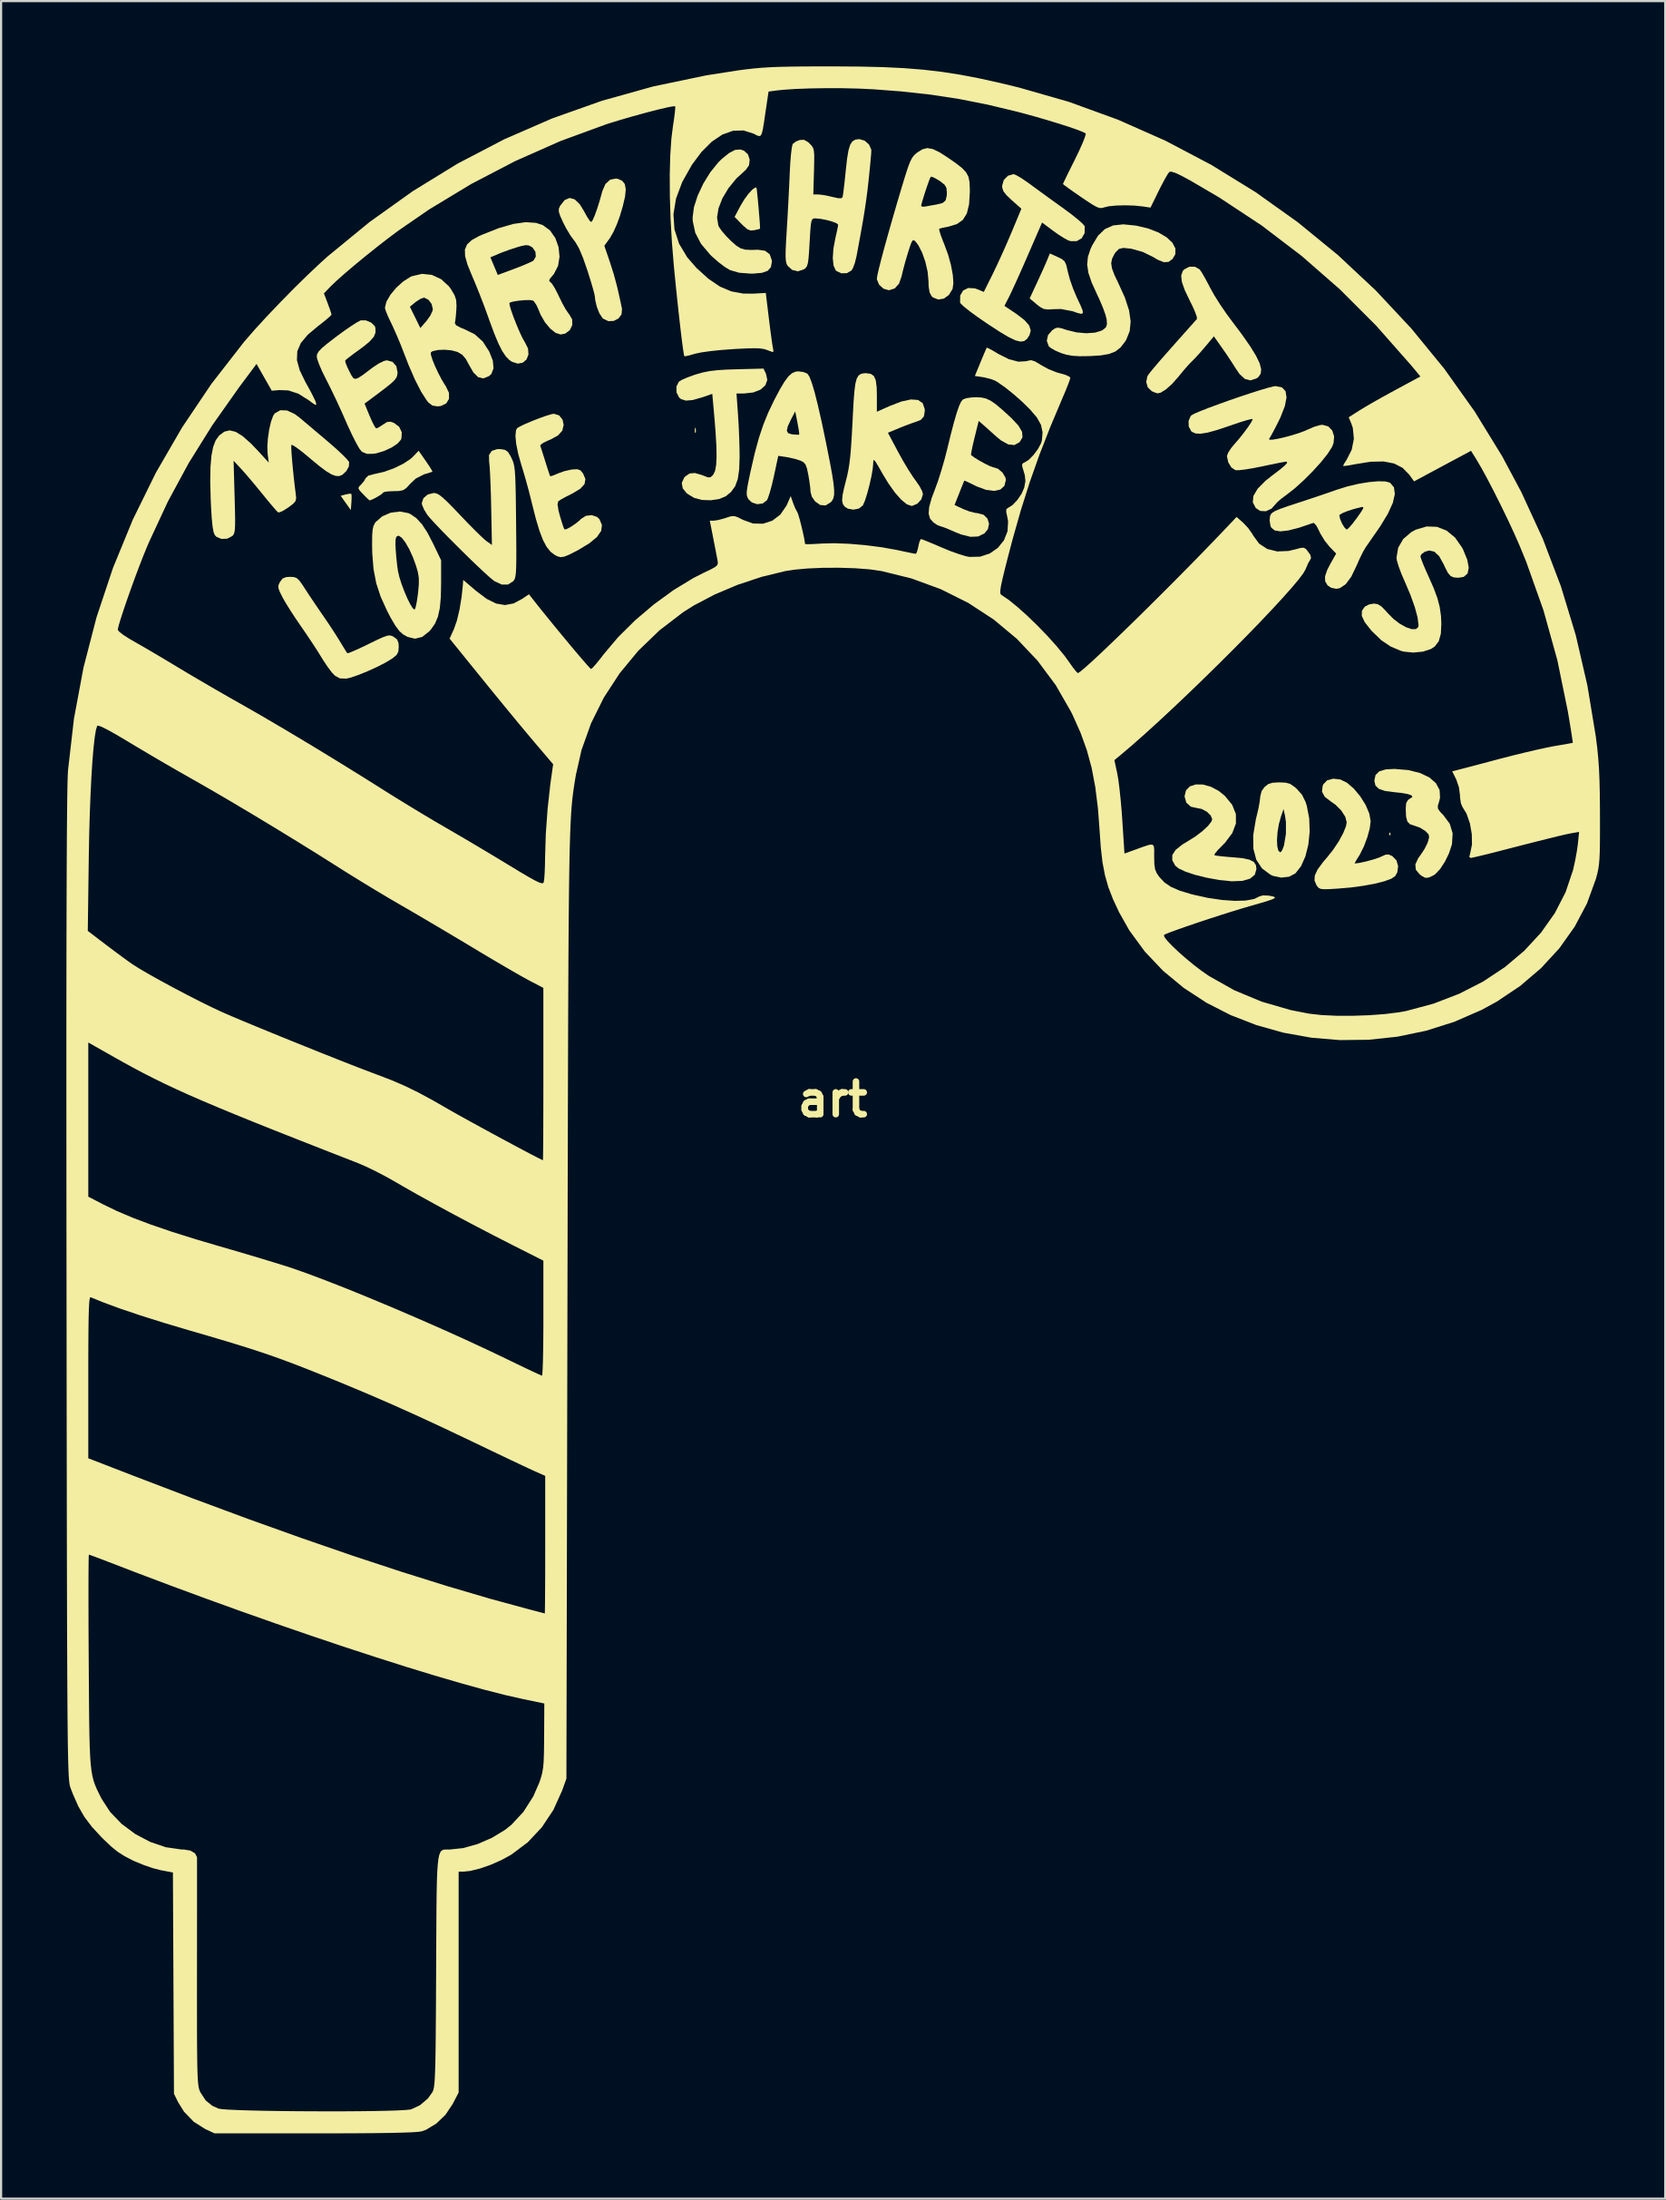
<source format=kicad_pcb>
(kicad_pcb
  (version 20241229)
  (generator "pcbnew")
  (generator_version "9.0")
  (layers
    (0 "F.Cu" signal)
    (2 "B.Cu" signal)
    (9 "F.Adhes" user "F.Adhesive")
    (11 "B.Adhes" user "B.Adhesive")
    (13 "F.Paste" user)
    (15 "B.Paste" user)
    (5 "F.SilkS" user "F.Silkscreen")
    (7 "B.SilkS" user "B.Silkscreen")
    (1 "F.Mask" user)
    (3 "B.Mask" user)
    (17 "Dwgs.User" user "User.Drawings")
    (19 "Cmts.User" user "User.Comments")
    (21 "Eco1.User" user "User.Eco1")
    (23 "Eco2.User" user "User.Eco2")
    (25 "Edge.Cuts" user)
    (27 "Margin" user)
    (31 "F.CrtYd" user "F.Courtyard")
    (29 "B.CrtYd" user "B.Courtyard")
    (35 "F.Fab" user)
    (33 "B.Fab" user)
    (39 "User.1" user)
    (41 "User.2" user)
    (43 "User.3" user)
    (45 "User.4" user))
  (footprint "art"
    (layer "F.Cu")
    (at 35.212 47.452)
    (property "Reference" "art" (at 0 0 0) (layer "F.SilkS") (effects (font (size 1.5 1.5) (thickness 0.3))))
    (attr board_only exclude_from_pos_files exclude_from_bom)
    (fp_poly (pts (xy -6.294 -30.84) (xy -6.283 -30.666) (xy -6.294 -30.628) (xy -6.325 -30.618) (xy -6.337 -30.734) (xy -6.323 -30.854)) (stroke (width 0) (type solid)) (fill yes) (layer "F.SilkS"))
    (fp_poly (pts (xy 25.626 -12.248) (xy 25.636 -12.148) (xy 25.626 -12.136) (xy 25.575 -12.147) (xy 25.569 -12.192) (xy 25.6 -12.262)) (stroke (width 0) (type solid)) (fill yes) (layer "F.SilkS"))
    (fp_poly (pts (xy -22.118 -27.819) (xy -22.105 -27.724) (xy -22.108 -27.521) (xy -22.114 -27.429) (xy -22.14 -27.069) (xy -22.374 -27.398) (xy -22.607 -27.727) (xy -22.378 -27.789) (xy -22.202 -27.823)) (stroke (width 0) (type solid)) (fill yes) (layer "F.SilkS"))
    (fp_poly (pts (xy -3.502 -41.884) (xy -3.487 -41.798) (xy -3.463 -41.584) (xy -3.434 -41.286) (xy -3.403 -40.945) (xy -3.375 -40.603) (xy -3.351 -40.303) (xy -3.338 -40.086) (xy -3.337 -39.994) (xy -3.337 -39.994) (xy -3.415 -39.97) (xy -3.593 -39.929) (xy -3.6 -39.928) (xy -3.768 -39.913) (xy -3.916 -39.969) (xy -4.096 -40.122) (xy -4.181 -40.206) (xy -4.506 -40.539) (xy -4.228 -41.061) (xy -4.057 -41.345) (xy -3.87 -41.599) (xy -3.695 -41.79) (xy -3.559 -41.888)) (stroke (width 0) (type solid)) (fill yes) (layer "F.SilkS"))
    (fp_poly (pts (xy 10.341 -38.697) (xy 10.54 -38.598) (xy 10.66 -38.492) (xy 10.735 -38.328) (xy 10.8 -38.054) (xy 10.81 -38.006) (xy 10.903 -37.659) (xy 11.047 -37.249) (xy 11.209 -36.863) (xy 11.216 -36.848) (xy 11.39 -36.477) (xy 11.487 -36.24) (xy 11.498 -36.116) (xy 11.419 -36.085) (xy 11.242 -36.129) (xy 11.008 -36.209) (xy 10.488 -36.307) (xy 10.16 -36.299) (xy 9.875 -36.284) (xy 9.684 -36.315) (xy 9.51 -36.414) (xy 9.372 -36.525) (xy 9.053 -36.793) (xy 9.387 -37.51) (xy 9.552 -37.869) (xy 9.706 -38.21) (xy 9.822 -38.474) (xy 9.851 -38.543) (xy 9.98 -38.858)) (stroke (width 0) (type solid)) (fill yes) (layer "F.SilkS"))
    (fp_poly (pts (xy -18.694 -29.323) (xy -18.533 -29.085) (xy -18.424 -28.91) (xy -18.389 -28.835) (xy -18.39 -28.834) (xy -18.479 -28.803) (xy -18.674 -28.743) (xy -18.77 -28.715) (xy -19.157 -28.519) (xy -19.413 -28.277) (xy -19.591 -28.083) (xy -19.743 -27.983) (xy -19.938 -27.945) (xy -20.18 -27.94) (xy -20.439 -27.929) (xy -20.613 -27.9) (xy -20.659 -27.871) (xy -20.725 -27.805) (xy -20.884 -27.702) (xy -21.072 -27.598) (xy -21.23 -27.528) (xy -21.28 -27.517) (xy -21.347 -27.572) (xy -21.49 -27.711) (xy -21.575 -27.798) (xy -21.738 -27.972) (xy -21.794 -28.076) (xy -21.756 -28.159) (xy -21.679 -28.233) (xy -21.532 -28.404) (xy -21.463 -28.533) (xy -21.336 -28.655) (xy -21.047 -28.73) (xy -21.045 -28.73) (xy -20.616 -28.827) (xy -20.162 -28.99) (xy -19.738 -29.196) (xy -19.402 -29.417) (xy -19.304 -29.506) (xy -19.025 -29.795)) (stroke (width 0) (type solid)) (fill yes) (layer "F.SilkS"))
    (fp_poly (pts (xy -4.077 -43.582) (xy -3.892 -43.412) (xy -3.812 -43.166) (xy -3.844 -42.907) (xy -3.993 -42.697) (xy -3.994 -42.697) (xy -4.429 -42.298) (xy -4.791 -41.853) (xy -5.068 -41.389) (xy -5.246 -40.931) (xy -5.312 -40.509) (xy -5.255 -40.149) (xy -5.224 -40.08) (xy -5.094 -39.892) (xy -4.885 -39.649) (xy -4.668 -39.431) (xy -4.429 -39.22) (xy -4.229 -39.094) (xy -4.012 -39.033) (xy -3.721 -39.02) (xy -3.443 -39.03) (xy -3.111 -38.985) (xy -2.892 -38.821) (xy -2.797 -38.546) (xy -2.794 -38.473) (xy -2.838 -38.228) (xy -2.982 -38.063) (xy -3.247 -37.969) (xy -3.65 -37.933) (xy -3.765 -37.933) (xy -4.298 -37.973) (xy -4.716 -38.096) (xy -4.727 -38.101) (xy -4.959 -38.24) (xy -5.252 -38.463) (xy -5.551 -38.727) (xy -5.629 -38.803) (xy -6.05 -39.302) (xy -6.313 -39.808) (xy -6.428 -40.34) (xy -6.435 -40.519) (xy -6.373 -40.988) (xy -6.202 -41.519) (xy -5.944 -42.068) (xy -5.622 -42.59) (xy -5.257 -43.041) (xy -5.09 -43.205) (xy -4.754 -43.476) (xy -4.482 -43.616) (xy -4.244 -43.636)) (stroke (width 0) (type solid)) (fill yes) (layer "F.SilkS"))
    (fp_poly (pts (xy 20.822 -14.549) (xy 21.028 -14.49) (xy 21.225 -14.354) (xy 21.325 -14.267) (xy 21.569 -13.992) (xy 21.733 -13.66) (xy 21.79 -13.478) (xy 21.899 -12.903) (xy 21.92 -12.301) (xy 21.86 -11.71) (xy 21.725 -11.167) (xy 21.522 -10.71) (xy 21.267 -10.385) (xy 20.976 -10.229) (xy 20.616 -10.188) (xy 20.24 -10.266) (xy 20.119 -10.32) (xy 19.728 -10.611) (xy 19.466 -11.011) (xy 19.332 -11.519) (xy 19.328 -11.924) (xy 20.418 -11.924) (xy 20.431 -11.627) (xy 20.482 -11.422) (xy 20.572 -11.345) (xy 20.572 -11.345) (xy 20.642 -11.419) (xy 20.719 -11.603) (xy 20.743 -11.683) (xy 20.828 -12.2) (xy 20.829 -12.74) (xy 20.784 -13.043) (xy 20.719 -13.335) (xy 20.603 -13.001) (xy 20.505 -12.648) (xy 20.443 -12.276) (xy 20.418 -11.924) (xy 19.328 -11.924) (xy 19.326 -12.138) (xy 19.447 -12.867) (xy 19.479 -12.996) (xy 19.561 -13.345) (xy 19.62 -13.659) (xy 19.646 -13.879) (xy 19.646 -13.909) (xy 19.713 -14.168) (xy 19.849 -14.353) (xy 20.011 -14.482) (xy 20.205 -14.545) (xy 20.496 -14.563) (xy 20.528 -14.563)) (stroke (width 0) (type solid)) (fill yes) (layer "F.SilkS"))
    (fp_poly (pts (xy 17.014 -14.463) (xy 17.374 -14.364) (xy 17.738 -14.172) (xy 18.02 -13.945) (xy 18.359 -13.532) (xy 18.529 -13.108) (xy 18.531 -12.674) (xy 18.364 -12.233) (xy 18.029 -11.787) (xy 17.899 -11.656) (xy 17.701 -11.454) (xy 17.57 -11.297) (xy 17.537 -11.221) (xy 17.636 -11.196) (xy 17.864 -11.167) (xy 18.182 -11.137) (xy 18.38 -11.122) (xy 18.842 -11.078) (xy 19.159 -11.01) (xy 19.354 -10.907) (xy 19.451 -10.757) (xy 19.473 -10.583) (xy 19.399 -10.321) (xy 19.18 -10.139) (xy 18.823 -10.037) (xy 18.332 -10.019) (xy 17.751 -10.079) (xy 17.167 -10.187) (xy 16.646 -10.317) (xy 16.215 -10.46) (xy 15.901 -10.607) (xy 15.747 -10.731) (xy 15.605 -10.987) (xy 15.608 -11.226) (xy 15.761 -11.463) (xy 16.071 -11.709) (xy 16.298 -11.846) (xy 16.667 -12.077) (xy 16.994 -12.325) (xy 17.25 -12.564) (xy 17.407 -12.767) (xy 17.441 -12.873) (xy 17.368 -13.049) (xy 17.187 -13.22) (xy 16.954 -13.342) (xy 16.771 -13.377) (xy 16.461 -13.444) (xy 16.253 -13.629) (xy 16.172 -13.909) (xy 16.171 -13.928) (xy 16.238 -14.2) (xy 16.419 -14.381) (xy 16.687 -14.468)) (stroke (width 0) (type solid)) (fill yes) (layer "F.SilkS"))
    (fp_poly (pts (xy 23.322 -14.698) (xy 23.63 -14.549) (xy 23.948 -14.276) (xy 24.245 -13.92) (xy 24.494 -13.522) (xy 24.662 -13.123) (xy 24.722 -12.777) (xy 24.68 -12.447) (xy 24.569 -12.039) (xy 24.41 -11.617) (xy 24.225 -11.246) (xy 24.168 -11.155) (xy 24.05 -10.966) (xy 23.991 -10.852) (xy 23.99 -10.837) (xy 24.204 -10.863) (xy 24.507 -10.929) (xy 24.83 -11.016) (xy 25.102 -11.106) (xy 25.212 -11.154) (xy 25.412 -11.245) (xy 25.557 -11.248) (xy 25.72 -11.173) (xy 25.907 -10.981) (xy 25.985 -10.713) (xy 25.946 -10.428) (xy 25.849 -10.256) (xy 25.672 -10.137) (xy 25.353 -10.02) (xy 24.918 -9.91) (xy 24.393 -9.813) (xy 23.805 -9.734) (xy 23.23 -9.684) (xy 22.841 -9.66) (xy 22.587 -9.654) (xy 22.429 -9.669) (xy 22.334 -9.714) (xy 22.265 -9.792) (xy 22.231 -9.843) (xy 22.141 -10.056) (xy 22.156 -10.288) (xy 22.285 -10.563) (xy 22.537 -10.904) (xy 22.699 -11.093) (xy 22.992 -11.459) (xy 23.253 -11.849) (xy 23.458 -12.225) (xy 23.588 -12.546) (xy 23.621 -12.732) (xy 23.553 -12.987) (xy 23.37 -13.27) (xy 23.108 -13.534) (xy 22.904 -13.677) (xy 22.614 -13.898) (xy 22.487 -14.133) (xy 22.515 -14.398) (xy 22.547 -14.474) (xy 22.721 -14.655) (xy 23 -14.731)) (stroke (width 0) (type solid)) (fill yes) (layer "F.SilkS"))
    (fp_poly (pts (xy -9.87 -42.285) (xy -9.672 -42.199) (xy -9.551 -42.047) (xy -9.507 -41.811) (xy -9.539 -41.473) (xy -9.647 -41.015) (xy -9.779 -40.571) (xy -9.914 -40.203) (xy -10.073 -39.849) (xy -10.225 -39.581) (xy -10.241 -39.558) (xy -10.492 -39.212) (xy -10.236 -38.465) (xy -10.06 -37.913) (xy -9.904 -37.334) (xy -9.754 -36.669) (xy -9.68 -36.309) (xy -9.701 -36.061) (xy -9.843 -35.871) (xy -10.06 -35.76) (xy -10.308 -35.75) (xy -10.542 -35.861) (xy -10.578 -35.893) (xy -10.717 -36.104) (xy -10.837 -36.405) (xy -10.911 -36.719) (xy -10.922 -36.855) (xy -10.947 -36.989) (xy -11.016 -37.249) (xy -11.119 -37.599) (xy -11.246 -38.004) (xy -11.271 -38.082) (xy -11.473 -38.661) (xy -11.653 -39.087) (xy -11.818 -39.375) (xy -11.877 -39.451) (xy -12.048 -39.684) (xy -12.239 -40) (xy -12.388 -40.289) (xy -12.52 -40.583) (xy -12.582 -40.772) (xy -12.584 -40.905) (xy -12.535 -41.027) (xy -12.524 -41.047) (xy -12.315 -41.311) (xy -12.088 -41.409) (xy -11.853 -41.344) (xy -11.618 -41.117) (xy -11.429 -40.808) (xy -11.289 -40.552) (xy -11.17 -40.37) (xy -11.097 -40.301) (xy -11.034 -40.378) (xy -10.94 -40.588) (xy -10.827 -40.898) (xy -10.707 -41.278) (xy -10.591 -41.696) (xy -10.585 -41.72) (xy -10.441 -42.05) (xy -10.225 -42.248) (xy -9.956 -42.3)) (stroke (width 0) (type solid)) (fill yes) (layer "F.SilkS"))
    (fp_poly (pts (xy -3.062 -33.328) (xy -3.003 -33.048) (xy -3.094 -32.801) (xy -3.315 -32.604) (xy -3.648 -32.474) (xy -4.07 -32.427) (xy -4.419 -32.427) (xy -4.348 -31.433) (xy -4.316 -30.909) (xy -4.292 -30.325) (xy -4.278 -29.768) (xy -4.276 -29.506) (xy -4.295 -28.934) (xy -4.36 -28.496) (xy -4.481 -28.163) (xy -4.669 -27.905) (xy -4.909 -27.707) (xy -5.211 -27.58) (xy -5.6 -27.522) (xy -6.004 -27.536) (xy -6.355 -27.627) (xy -6.363 -27.63) (xy -6.697 -27.832) (xy -6.89 -28.069) (xy -6.934 -28.319) (xy -6.821 -28.565) (xy -6.773 -28.617) (xy -6.573 -28.753) (xy -6.331 -28.773) (xy -6.008 -28.681) (xy -5.945 -28.655) (xy -5.738 -28.577) (xy -5.618 -28.577) (xy -5.519 -28.662) (xy -5.482 -28.707) (xy -5.403 -28.873) (xy -5.353 -29.145) (xy -5.334 -29.536) (xy -5.345 -30.059) (xy -5.386 -30.727) (xy -5.432 -31.296) (xy -5.531 -32.409) (xy -5.996 -32.249) (xy -6.428 -32.126) (xy -6.745 -32.099) (xy -6.969 -32.169) (xy -7.057 -32.244) (xy -7.175 -32.478) (xy -7.18 -32.744) (xy -7.07 -32.965) (xy -7.066 -32.969) (xy -6.926 -33.055) (xy -6.672 -33.166) (xy -6.355 -33.281) (xy -6.283 -33.304) (xy -5.968 -33.393) (xy -5.655 -33.455) (xy -5.3 -33.497) (xy -4.858 -33.525) (xy -4.404 -33.539) (xy -3.178 -33.57)) (stroke (width 0) (type solid)) (fill yes) (layer "F.SilkS"))
    (fp_poly (pts (xy 26.455 -15.127) (xy 26.992 -14.993) (xy 27.419 -14.79) (xy 27.722 -14.525) (xy 27.891 -14.209) (xy 27.911 -13.851) (xy 27.86 -13.655) (xy 27.806 -13.475) (xy 27.819 -13.346) (xy 27.92 -13.204) (xy 28.06 -13.06) (xy 28.357 -12.662) (xy 28.489 -12.223) (xy 28.46 -11.736) (xy 28.45 -11.69) (xy 28.32 -11.299) (xy 28.132 -10.914) (xy 27.913 -10.581) (xy 27.692 -10.347) (xy 27.605 -10.289) (xy 27.382 -10.187) (xy 27.228 -10.179) (xy 27.065 -10.268) (xy 26.978 -10.335) (xy 26.799 -10.547) (xy 26.775 -10.79) (xy 26.906 -11.078) (xy 27.004 -11.212) (xy 27.184 -11.479) (xy 27.327 -11.759) (xy 27.354 -11.832) (xy 27.41 -12.043) (xy 27.383 -12.176) (xy 27.253 -12.312) (xy 27.232 -12.331) (xy 26.983 -12.485) (xy 26.72 -12.577) (xy 26.526 -12.641) (xy 26.408 -12.766) (xy 26.35 -12.988) (xy 26.333 -13.342) (xy 26.332 -13.353) (xy 26.354 -13.607) (xy 26.434 -13.752) (xy 26.514 -13.808) (xy 26.637 -13.888) (xy 26.615 -13.948) (xy 26.555 -13.985) (xy 26.403 -14.031) (xy 26.138 -14.077) (xy 25.816 -14.112) (xy 25.801 -14.113) (xy 25.376 -14.17) (xy 25.096 -14.267) (xy 24.942 -14.417) (xy 24.892 -14.632) (xy 24.892 -14.647) (xy 24.947 -14.902) (xy 25.119 -15.07) (xy 25.423 -15.16) (xy 25.821 -15.18)) (stroke (width 0) (type solid)) (fill yes) (layer "F.SilkS"))
    (fp_poly (pts (xy -24.757 -23.994) (xy -24.628 -23.948) (xy -24.506 -23.834) (xy -24.355 -23.623) (xy -24.245 -23.453) (xy -24.027 -23.12) (xy -23.759 -22.722) (xy -23.491 -22.329) (xy -23.418 -22.225) (xy -23.167 -21.857) (xy -22.912 -21.47) (xy -22.697 -21.131) (xy -22.643 -21.041) (xy -22.487 -20.783) (xy -22.365 -20.588) (xy -22.302 -20.496) (xy -22.301 -20.495) (xy -22.215 -20.515) (xy -22.008 -20.599) (xy -21.711 -20.733) (xy -21.354 -20.904) (xy -21.33 -20.916) (xy -20.938 -21.107) (xy -20.665 -21.231) (xy -20.481 -21.297) (xy -20.354 -21.314) (xy -20.253 -21.289) (xy -20.169 -21.247) (xy -20.012 -21.124) (xy -19.948 -20.952) (xy -19.939 -20.786) (xy -19.957 -20.569) (xy -20.036 -20.418) (xy -20.216 -20.268) (xy -20.282 -20.223) (xy -20.577 -20.048) (xy -20.956 -19.856) (xy -21.371 -19.668) (xy -21.776 -19.503) (xy -22.123 -19.382) (xy -22.346 -19.328) (xy -22.642 -19.339) (xy -22.87 -19.462) (xy -23.017 -19.617) (xy -23.21 -19.872) (xy -23.412 -20.177) (xy -23.459 -20.254) (xy -23.664 -20.584) (xy -23.93 -20.993) (xy -24.218 -21.422) (xy -24.426 -21.723) (xy -24.689 -22.108) (xy -24.942 -22.497) (xy -25.154 -22.84) (xy -25.276 -23.056) (xy -25.41 -23.323) (xy -25.47 -23.494) (xy -25.466 -23.62) (xy -25.406 -23.754) (xy -25.397 -23.77) (xy -25.275 -23.928) (xy -25.106 -23.994) (xy -24.932 -24.003)) (stroke (width 0) (type solid)) (fill yes) (layer "F.SilkS"))
    (fp_poly (pts (xy 16.653 -38.248) (xy 16.866 -38.124) (xy 16.869 -38.121) (xy 16.965 -37.98) (xy 17.109 -37.731) (xy 17.276 -37.42) (xy 17.339 -37.296) (xy 17.535 -36.944) (xy 17.801 -36.521) (xy 18.098 -36.087) (xy 18.324 -35.781) (xy 18.811 -35.133) (xy 19.186 -34.596) (xy 19.455 -34.159) (xy 19.622 -33.811) (xy 19.691 -33.539) (xy 19.669 -33.332) (xy 19.56 -33.179) (xy 19.467 -33.115) (xy 19.195 -33.028) (xy 18.945 -33.093) (xy 18.702 -33.315) (xy 18.539 -33.549) (xy 18.345 -33.855) (xy 18.105 -34.216) (xy 17.893 -34.522) (xy 17.518 -35.051) (xy 17.111 -34.565) (xy 16.882 -34.3) (xy 16.669 -34.066) (xy 16.517 -33.912) (xy 16.513 -33.909) (xy 16.368 -33.761) (xy 16.161 -33.526) (xy 15.933 -33.251) (xy 15.899 -33.208) (xy 15.595 -32.864) (xy 15.308 -32.608) (xy 15.063 -32.46) (xy 14.927 -32.433) (xy 14.805 -32.471) (xy 14.667 -32.531) (xy 14.482 -32.705) (xy 14.409 -32.956) (xy 14.462 -33.217) (xy 14.509 -33.292) (xy 14.601 -33.413) (xy 14.747 -33.591) (xy 14.957 -33.838) (xy 15.241 -34.164) (xy 15.609 -34.58) (xy 16.069 -35.098) (xy 16.631 -35.728) (xy 16.74 -35.849) (xy 16.732 -35.952) (xy 16.656 -36.168) (xy 16.525 -36.462) (xy 16.408 -36.696) (xy 16.175 -37.184) (xy 16.045 -37.559) (xy 16.016 -37.84) (xy 16.085 -38.047) (xy 16.157 -38.129) (xy 16.393 -38.25)) (stroke (width 0) (type solid)) (fill yes) (layer "F.SilkS"))
    (fp_poly (pts (xy -15.251 -29.871) (xy -15.054 -29.836) (xy -14.921 -29.742) (xy -14.8 -29.547) (xy -14.759 -29.464) (xy -14.706 -29.348) (xy -14.664 -29.226) (xy -14.631 -29.08) (xy -14.606 -28.887) (xy -14.588 -28.628) (xy -14.574 -28.281) (xy -14.563 -27.827) (xy -14.555 -27.243) (xy -14.547 -26.531) (xy -14.54 -25.804) (xy -14.536 -25.227) (xy -14.537 -24.782) (xy -14.543 -24.449) (xy -14.555 -24.209) (xy -14.574 -24.043) (xy -14.601 -23.931) (xy -14.638 -23.856) (xy -14.682 -23.8) (xy -14.92 -23.649) (xy -15.212 -23.651) (xy -15.539 -23.805) (xy -15.583 -23.836) (xy -15.769 -23.99) (xy -16.044 -24.24) (xy -16.387 -24.562) (xy -16.772 -24.934) (xy -17.175 -25.331) (xy -17.574 -25.73) (xy -17.943 -26.106) (xy -18.259 -26.437) (xy -18.498 -26.697) (xy -18.63 -26.857) (xy -18.777 -27.097) (xy -18.867 -27.312) (xy -18.881 -27.389) (xy -18.804 -27.62) (xy -18.606 -27.788) (xy -18.332 -27.855) (xy -18.323 -27.855) (xy -18.21 -27.837) (xy -18.08 -27.771) (xy -17.911 -27.64) (xy -17.685 -27.427) (xy -17.379 -27.116) (xy -17.121 -26.844) (xy -16.78 -26.487) (xy -16.459 -26.162) (xy -16.186 -25.894) (xy -15.985 -25.71) (xy -15.912 -25.65) (xy -15.657 -25.468) (xy -15.692 -27.233) (xy -15.705 -27.784) (xy -15.723 -28.294) (xy -15.742 -28.734) (xy -15.763 -29.073) (xy -15.783 -29.279) (xy -15.787 -29.302) (xy -15.791 -29.601) (xy -15.663 -29.792) (xy -15.409 -29.872)) (stroke (width 0) (type solid)) (fill yes) (layer "F.SilkS"))
    (fp_poly (pts (xy -19.5 -26.932) (xy -19.406 -26.889) (xy -19.129 -26.7) (xy -18.873 -26.422) (xy -18.618 -26.03) (xy -18.357 -25.527) (xy -17.992 -24.765) (xy -17.992 -23.707) (xy -18.005 -23.069) (xy -18.052 -22.568) (xy -18.138 -22.174) (xy -18.272 -21.856) (xy -18.461 -21.585) (xy -18.543 -21.494) (xy -18.862 -21.244) (xy -19.191 -21.162) (xy -19.54 -21.247) (xy -19.736 -21.358) (xy -19.91 -21.513) (xy -20.096 -21.762) (xy -20.313 -22.131) (xy -20.473 -22.438) (xy -20.769 -23.089) (xy -20.973 -23.711) (xy -21.098 -24.36) (xy -21.156 -25.089) (xy -21.164 -25.494) (xy -21.163 -25.522) (xy -20.09 -25.522) (xy -20.083 -25.314) (xy -20.053 -24.916) (xy -20.006 -24.489) (xy -19.972 -24.257) (xy -19.907 -23.981) (xy -19.803 -23.657) (xy -19.675 -23.319) (xy -19.537 -23) (xy -19.404 -22.735) (xy -19.291 -22.556) (xy -19.213 -22.498) (xy -19.203 -22.504) (xy -19.16 -22.617) (xy -19.111 -22.853) (xy -19.064 -23.169) (xy -19.051 -23.271) (xy -19.016 -23.656) (xy -19.016 -23.945) (xy -19.057 -24.208) (xy -19.137 -24.492) (xy -19.286 -24.902) (xy -19.457 -25.276) (xy -19.635 -25.586) (xy -19.801 -25.801) (xy -19.938 -25.891) (xy -19.965 -25.891) (xy -20.043 -25.85) (xy -20.082 -25.739) (xy -20.09 -25.522) (xy -21.163 -25.522) (xy -21.16 -25.894) (xy -21.14 -26.165) (xy -21.098 -26.348) (xy -21.028 -26.483) (xy -21 -26.521) (xy -20.695 -26.786) (xy -20.308 -26.951) (xy -19.891 -27.004)) (stroke (width 0) (type solid)) (fill yes) (layer "F.SilkS"))
    (fp_poly (pts (xy 8.438 -42.454) (xy 8.661 -42.325) (xy 8.939 -42.138) (xy 9.073 -42.041) (xy 9.394 -41.805) (xy 9.799 -41.51) (xy 10.236 -41.194) (xy 10.625 -40.915) (xy 10.971 -40.659) (xy 11.263 -40.426) (xy 11.475 -40.237) (xy 11.579 -40.116) (xy 11.585 -40.1) (xy 11.577 -39.789) (xy 11.442 -39.555) (xy 11.214 -39.425) (xy 10.926 -39.426) (xy 10.824 -39.46) (xy 10.635 -39.561) (xy 10.372 -39.729) (xy 10.105 -39.919) (xy 9.623 -40.28) (xy 8.975 -38.788) (xy 8.756 -38.288) (xy 8.545 -37.813) (xy 8.355 -37.394) (xy 8.204 -37.067) (xy 8.11 -36.874) (xy 7.893 -36.451) (xy 8.438 -36.086) (xy 8.81 -35.803) (xy 9.029 -35.553) (xy 9.102 -35.321) (xy 9.047 -35.11) (xy 8.934 -34.937) (xy 8.802 -34.835) (xy 8.631 -34.81) (xy 8.403 -34.866) (xy 8.1 -35.01) (xy 7.701 -35.245) (xy 7.19 -35.577) (xy 7.112 -35.629) (xy 6.682 -35.924) (xy 6.321 -36.186) (xy 6.051 -36.4) (xy 5.891 -36.549) (xy 5.856 -36.604) (xy 5.861 -36.926) (xy 5.993 -37.155) (xy 6.225 -37.272) (xy 6.531 -37.256) (xy 6.652 -37.214) (xy 6.945 -37.092) (xy 7.354 -37.913) (xy 7.552 -38.325) (xy 7.783 -38.828) (xy 8.018 -39.357) (xy 8.218 -39.825) (xy 8.672 -40.914) (xy 8.229 -41.306) (xy 7.983 -41.54) (xy 7.846 -41.717) (xy 7.792 -41.881) (xy 7.788 -41.969) (xy 7.863 -42.234) (xy 8.054 -42.429) (xy 8.309 -42.503)) (stroke (width 0) (type solid)) (fill yes) (layer "F.SilkS"))
    (fp_poly (pts (xy 13.942 -40.138) (xy 14.498 -40.007) (xy 14.972 -39.823) (xy 15.348 -39.6) (xy 15.612 -39.35) (xy 15.75 -39.088) (xy 15.747 -38.825) (xy 15.618 -38.605) (xy 15.437 -38.472) (xy 15.221 -38.458) (xy 14.941 -38.568) (xy 14.739 -38.688) (xy 14.255 -38.927) (xy 13.722 -39.077) (xy 13.355 -39.114) (xy 13.153 -39.066) (xy 12.987 -38.895) (xy 12.953 -38.841) (xy 12.841 -38.621) (xy 12.8 -38.413) (xy 12.834 -38.177) (xy 12.948 -37.871) (xy 13.116 -37.521) (xy 13.429 -36.832) (xy 13.621 -36.242) (xy 13.694 -35.733) (xy 13.649 -35.29) (xy 13.489 -34.893) (xy 13.43 -34.799) (xy 13.228 -34.539) (xy 12.997 -34.359) (xy 12.704 -34.242) (xy 12.313 -34.175) (xy 11.811 -34.144) (xy 11.355 -34.138) (xy 11.011 -34.159) (xy 10.726 -34.212) (xy 10.503 -34.281) (xy 10.228 -34.398) (xy 10.012 -34.524) (xy 9.928 -34.6) (xy 9.839 -34.85) (xy 9.898 -35.11) (xy 10.087 -35.329) (xy 10.223 -35.42) (xy 10.341 -35.452) (xy 10.5 -35.426) (xy 10.759 -35.343) (xy 10.765 -35.341) (xy 11.203 -35.234) (xy 11.65 -35.194) (xy 12.054 -35.222) (xy 12.364 -35.317) (xy 12.408 -35.343) (xy 12.554 -35.462) (xy 12.605 -35.603) (xy 12.59 -35.833) (xy 12.533 -36.055) (xy 12.416 -36.376) (xy 12.259 -36.746) (xy 12.149 -36.981) (xy 11.902 -37.524) (xy 11.752 -37.967) (xy 11.695 -38.346) (xy 11.728 -38.698) (xy 11.847 -39.059) (xy 11.929 -39.237) (xy 12.197 -39.678) (xy 12.509 -39.978) (xy 12.889 -40.147) (xy 13.361 -40.197)) (stroke (width 0) (type solid)) (fill yes) (layer "F.SilkS"))
    (fp_poly (pts (xy 27.768 -26.302) (xy 28.209 -26.13) (xy 28.6 -25.809) (xy 28.925 -25.345) (xy 28.969 -25.26) (xy 29.161 -24.791) (xy 29.23 -24.422) (xy 29.176 -24.158) (xy 29 -24.003) (xy 28.755 -23.962) (xy 28.543 -23.977) (xy 28.393 -24.043) (xy 28.268 -24.192) (xy 28.133 -24.456) (xy 28.08 -24.574) (xy 27.872 -24.95) (xy 27.649 -25.161) (xy 27.403 -25.213) (xy 27.22 -25.161) (xy 27.064 -25.052) (xy 27.009 -24.949) (xy 27.043 -24.826) (xy 27.134 -24.59) (xy 27.268 -24.276) (xy 27.376 -24.037) (xy 27.621 -23.481) (xy 27.79 -23.023) (xy 27.896 -22.617) (xy 27.953 -22.216) (xy 27.97 -21.865) (xy 27.948 -21.391) (xy 27.852 -21.048) (xy 27.671 -20.808) (xy 27.494 -20.689) (xy 27.124 -20.568) (xy 26.682 -20.526) (xy 26.248 -20.568) (xy 26.105 -20.606) (xy 25.634 -20.806) (xy 25.21 -21.093) (xy 24.785 -21.503) (xy 24.724 -21.571) (xy 24.447 -21.926) (xy 24.314 -22.213) (xy 24.322 -22.448) (xy 24.454 -22.635) (xy 24.65 -22.737) (xy 24.872 -22.775) (xy 25.048 -22.748) (xy 25.216 -22.645) (xy 25.42 -22.437) (xy 25.491 -22.354) (xy 25.765 -22.076) (xy 26.059 -21.851) (xy 26.348 -21.69) (xy 26.603 -21.603) (xy 26.8 -21.602) (xy 26.909 -21.696) (xy 26.923 -21.78) (xy 26.877 -22.144) (xy 26.748 -22.621) (xy 26.547 -23.182) (xy 26.301 -23.759) (xy 26.139 -24.133) (xy 26.01 -24.477) (xy 25.929 -24.747) (xy 25.908 -24.875) (xy 25.987 -25.341) (xy 26.217 -25.74) (xy 26.588 -26.059) (xy 26.797 -26.171) (xy 27.292 -26.318)) (stroke (width 0) (type solid)) (fill yes) (layer "F.SilkS"))
    (fp_poly (pts (xy -1.337 -33.411) (xy -1.161 -33.337) (xy -1.068 -33.2) (xy -0.957 -32.913) (xy -0.826 -32.473) (xy -0.676 -31.875) (xy -0.504 -31.118) (xy -0.311 -30.197) (xy -0.257 -29.93) (xy -0.123 -29.251) (xy -0.025 -28.717) (xy 0.038 -28.307) (xy 0.068 -28.001) (xy 0.067 -27.778) (xy 0.035 -27.618) (xy -0.026 -27.5) (xy -0.085 -27.432) (xy -0.324 -27.283) (xy -0.573 -27.304) (xy -0.808 -27.47) (xy -0.958 -27.688) (xy -1.016 -27.905) (xy -1.031 -28.108) (xy -1.071 -28.406) (xy -1.117 -28.682) (xy -1.181 -28.986) (xy -1.249 -29.167) (xy -1.346 -29.273) (xy -1.477 -29.34) (xy -1.73 -29.422) (xy -2.037 -29.491) (xy -2.118 -29.505) (xy -2.499 -29.562) (xy -2.699 -28.628) (xy -2.791 -28.234) (xy -2.885 -27.888) (xy -2.969 -27.633) (xy -3.021 -27.521) (xy -3.215 -27.374) (xy -3.466 -27.341) (xy -3.712 -27.42) (xy -3.862 -27.562) (xy -3.918 -27.66) (xy -3.947 -27.767) (xy -3.948 -27.914) (xy -3.918 -28.134) (xy -3.855 -28.459) (xy -3.771 -28.854) (xy -3.582 -29.677) (xy -3.393 -30.373) (xy -3.278 -30.719) (xy -2.106 -30.719) (xy -2.046 -30.604) (xy -1.878 -30.552) (xy -1.841 -30.548) (xy -1.645 -30.533) (xy -1.541 -30.534) (xy -1.539 -30.535) (xy -1.54 -30.618) (xy -1.57 -30.821) (xy -1.616 -31.076) (xy -1.72 -31.605) (xy -1.915 -31.233) (xy -2.062 -30.92) (xy -2.106 -30.719) (xy -3.278 -30.719) (xy -3.19 -30.983) (xy -2.96 -31.551) (xy -2.689 -32.117) (xy -2.425 -32.616) (xy -2.209 -32.977) (xy -2.026 -33.221) (xy -1.858 -33.366) (xy -1.689 -33.433) (xy -1.575 -33.443)) (stroke (width 0) (type solid)) (fill yes) (layer "F.SilkS"))
    (fp_poly (pts (xy 1.747 -33.331) (xy 1.893 -33.232) (xy 1.98 -33.037) (xy 2.023 -32.719) (xy 2.032 -32.34) (xy 2.032 -31.588) (xy 2.603 -31.844) (xy 3.159 -32.059) (xy 3.6 -32.153) (xy 3.927 -32.128) (xy 4.137 -31.983) (xy 4.229 -31.718) (xy 4.233 -31.627) (xy 4.193 -31.374) (xy 4.051 -31.214) (xy 3.81 -31.119) (xy 3.622 -31.056) (xy 3.343 -30.952) (xy 3.069 -30.842) (xy 2.539 -30.623) (xy 3.017 -29.726) (xy 3.24 -29.324) (xy 3.474 -28.932) (xy 3.688 -28.601) (xy 3.821 -28.416) (xy 3.996 -28.164) (xy 4.115 -27.933) (xy 4.149 -27.802) (xy 4.075 -27.562) (xy 3.893 -27.364) (xy 3.659 -27.265) (xy 3.616 -27.263) (xy 3.406 -27.338) (xy 3.148 -27.55) (xy 2.857 -27.88) (xy 2.552 -28.311) (xy 2.29 -28.744) (xy 2.1 -29.08) (xy 1.976 -29.283) (xy 1.905 -29.369) (xy 1.872 -29.352) (xy 1.863 -29.249) (xy 1.863 -29.205) (xy 1.839 -28.951) (xy 1.777 -28.603) (xy 1.689 -28.212) (xy 1.587 -27.83) (xy 1.485 -27.508) (xy 1.395 -27.297) (xy 1.387 -27.284) (xy 1.208 -27.142) (xy 0.955 -27.091) (xy 0.7 -27.135) (xy 0.556 -27.226) (xy 0.469 -27.349) (xy 0.434 -27.513) (xy 0.454 -27.752) (xy 0.528 -28.099) (xy 0.587 -28.327) (xy 0.661 -28.621) (xy 0.72 -28.903) (xy 0.769 -29.201) (xy 0.809 -29.544) (xy 0.845 -29.96) (xy 0.878 -30.476) (xy 0.913 -31.122) (xy 0.929 -31.442) (xy 0.962 -32.061) (xy 0.999 -32.532) (xy 1.044 -32.874) (xy 1.105 -33.107) (xy 1.188 -33.251) (xy 1.3 -33.328) (xy 1.446 -33.356) (xy 1.531 -33.359)) (stroke (width 0) (type solid)) (fill yes) (layer "F.SilkS"))
    (fp_poly (pts (xy 25.401 -28.386) (xy 25.613 -28.328) (xy 25.618 -28.324) (xy 25.793 -28.115) (xy 25.834 -27.807) (xy 25.741 -27.403) (xy 25.516 -26.907) (xy 25.16 -26.321) (xy 25.047 -26.157) (xy 24.838 -25.858) (xy 24.642 -25.575) (xy 24.499 -25.37) (xy 24.498 -25.368) (xy 24.373 -25.154) (xy 24.221 -24.848) (xy 24.078 -24.523) (xy 23.831 -24.01) (xy 23.574 -23.664) (xy 23.306 -23.483) (xy 23.135 -23.453) (xy 22.904 -23.504) (xy 22.746 -23.608) (xy 22.633 -23.797) (xy 22.625 -24.024) (xy 22.725 -24.32) (xy 22.871 -24.603) (xy 23.137 -25.073) (xy 22.834 -25.385) (xy 22.612 -25.662) (xy 22.412 -25.99) (xy 22.356 -26.107) (xy 22.232 -26.349) (xy 22.122 -26.472) (xy 22.076 -26.479) (xy 21.445 -26.264) (xy 20.948 -26.136) (xy 20.575 -26.093) (xy 20.315 -26.134) (xy 20.158 -26.261) (xy 20.119 -26.341) (xy 20.08 -26.595) (xy 20.097 -26.783) (xy 20.116 -26.83) (xy 23.283 -26.83) (xy 23.319 -26.66) (xy 23.405 -26.458) (xy 23.512 -26.28) (xy 23.607 -26.183) (xy 23.634 -26.18) (xy 23.728 -26.261) (xy 23.887 -26.445) (xy 24.076 -26.693) (xy 24.103 -26.731) (xy 24.286 -26.991) (xy 24.376 -27.142) (xy 24.382 -27.207) (xy 24.313 -27.212) (xy 24.281 -27.205) (xy 23.95 -27.12) (xy 23.648 -27.022) (xy 23.416 -26.927) (xy 23.293 -26.849) (xy 23.283 -26.83) (xy 20.116 -26.83) (xy 20.133 -26.875) (xy 20.208 -26.955) (xy 20.347 -27.036) (xy 20.575 -27.131) (xy 20.919 -27.251) (xy 21.316 -27.382) (xy 21.812 -27.545) (xy 22.324 -27.716) (xy 22.796 -27.876) (xy 23.169 -28.006) (xy 23.199 -28.016) (xy 23.673 -28.163) (xy 24.166 -28.278) (xy 24.642 -28.356) (xy 25.066 -28.394)) (stroke (width 0) (type solid)) (fill yes) (layer "F.SilkS"))
    (fp_poly (pts (xy -18.414 -37.873) (xy -17.99 -37.677) (xy -17.63 -37.345) (xy -17.522 -37.194) (xy -17.372 -36.935) (xy -17.3 -36.717) (xy -17.285 -36.458) (xy -17.292 -36.28) (xy -17.315 -35.989) (xy -17.341 -35.759) (xy -17.361 -35.662) (xy -17.308 -35.566) (xy -17.102 -35.452) (xy -16.939 -35.388) (xy -16.452 -35.15) (xy -16.077 -34.813) (xy -15.782 -34.356) (xy -15.616 -33.934) (xy -15.583 -33.585) (xy -15.683 -33.324) (xy -15.797 -33.22) (xy -16.054 -33.119) (xy -16.289 -33.175) (xy -16.509 -33.393) (xy -16.697 -33.718) (xy -16.861 -34.019) (xy -17.023 -34.206) (xy -17.227 -34.328) (xy -17.248 -34.337) (xy -17.513 -34.408) (xy -17.829 -34.437) (xy -18.137 -34.424) (xy -18.376 -34.371) (xy -18.462 -34.319) (xy -18.463 -34.212) (xy -18.398 -33.996) (xy -18.283 -33.71) (xy -18.136 -33.392) (xy -17.974 -33.081) (xy -17.814 -32.815) (xy -17.778 -32.764) (xy -17.631 -32.457) (xy -17.628 -32.183) (xy -17.755 -31.971) (xy -18.001 -31.851) (xy -18.163 -31.835) (xy -18.393 -31.872) (xy -18.576 -32.012) (xy -18.655 -32.11) (xy -18.911 -32.51) (xy -19.19 -33.055) (xy -19.483 -33.725) (xy -19.687 -34.249) (xy -19.855 -34.68) (xy -20.042 -35.125) (xy -20.217 -35.515) (xy -20.288 -35.664) (xy -20.427 -35.957) (xy -20.529 -36.204) (xy -20.573 -36.356) (xy -20.574 -36.366) (xy -20.562 -36.412) (xy -19.427 -36.412) (xy -19.186 -35.923) (xy -18.946 -35.433) (xy -18.659 -35.765) (xy -18.487 -36.005) (xy -18.386 -36.228) (xy -18.373 -36.308) (xy -18.431 -36.542) (xy -18.576 -36.734) (xy -18.759 -36.826) (xy -18.788 -36.827) (xy -18.939 -36.774) (xy -19.137 -36.648) (xy -19.175 -36.618) (xy -19.427 -36.412) (xy -20.562 -36.412) (xy -20.505 -36.644) (xy -20.32 -36.964) (xy -20.052 -37.287) (xy -19.735 -37.573) (xy -19.401 -37.784) (xy -19.334 -37.814) (xy -18.872 -37.922)) (stroke (width 0) (type solid)) (fill yes) (layer "F.SilkS"))
    (fp_poly (pts (xy -12.571 -31.422) (xy -12.411 -31.224) (xy -12.361 -30.982) (xy -12.424 -30.718) (xy -12.621 -30.499) (xy -12.969 -30.309) (xy -13.074 -30.267) (xy -13.293 -30.164) (xy -13.421 -30.066) (xy -13.435 -30.022) (xy -13.394 -29.902) (xy -13.318 -29.665) (xy -13.222 -29.361) (xy -13.202 -29.295) (xy -13.106 -28.992) (xy -13.029 -28.758) (xy -12.986 -28.636) (xy -12.982 -28.627) (xy -12.9 -28.64) (xy -12.721 -28.71) (xy -12.643 -28.746) (xy -12.337 -28.857) (xy -12.008 -28.931) (xy -11.971 -28.936) (xy -11.733 -28.948) (xy -11.59 -28.897) (xy -11.472 -28.756) (xy -11.467 -28.748) (xy -11.361 -28.495) (xy -11.401 -28.267) (xy -11.595 -28.052) (xy -11.949 -27.838) (xy -11.999 -27.813) (xy -12.278 -27.672) (xy -12.498 -27.549) (xy -12.612 -27.471) (xy -12.642 -27.337) (xy -12.601 -27.065) (xy -12.533 -26.803) (xy -12.445 -26.512) (xy -12.372 -26.291) (xy -12.328 -26.185) (xy -12.326 -26.183) (xy -12.233 -26.196) (xy -12.057 -26.286) (xy -11.848 -26.423) (xy -11.652 -26.577) (xy -11.559 -26.667) (xy -11.336 -26.809) (xy -11.07 -26.838) (xy -10.826 -26.757) (xy -10.715 -26.651) (xy -10.601 -26.383) (xy -10.638 -26.113) (xy -10.83 -25.835) (xy -11.181 -25.544) (xy -11.694 -25.234) (xy -11.772 -25.193) (xy -12.105 -25.024) (xy -12.334 -24.932) (xy -12.5 -24.908) (xy -12.646 -24.945) (xy -12.756 -25.001) (xy -12.959 -25.152) (xy -13.141 -25.376) (xy -13.309 -25.691) (xy -13.472 -26.115) (xy -13.638 -26.668) (xy -13.816 -27.369) (xy -13.834 -27.443) (xy -13.956 -27.929) (xy -14.104 -28.469) (xy -14.251 -28.971) (xy -14.301 -29.13) (xy -14.45 -29.656) (xy -14.543 -30.116) (xy -14.577 -30.487) (xy -14.549 -30.742) (xy -14.501 -30.83) (xy -14.368 -30.913) (xy -14.12 -31.031) (xy -13.805 -31.164) (xy -13.468 -31.295) (xy -13.155 -31.406) (xy -12.914 -31.477) (xy -12.812 -31.495)) (stroke (width 0) (type solid)) (fill yes) (layer "F.SilkS"))
    (fp_poly (pts (xy -21.444 -35.784) (xy -21.209 -35.686) (xy -21.045 -35.528) (xy -21.012 -35.445) (xy -21.005 -35.231) (xy -21.086 -35.03) (xy -21.274 -34.815) (xy -21.587 -34.559) (xy -21.718 -34.464) (xy -22.003 -34.257) (xy -22.232 -34.084) (xy -22.372 -33.97) (xy -22.399 -33.943) (xy -22.384 -33.841) (xy -22.304 -33.64) (xy -22.212 -33.45) (xy -22.112 -33.256) (xy -22.03 -33.136) (xy -21.938 -33.095) (xy -21.807 -33.136) (xy -21.608 -33.265) (xy -21.313 -33.486) (xy -21.139 -33.618) (xy -20.865 -33.8) (xy -20.618 -33.92) (xy -20.481 -33.951) (xy -20.222 -33.878) (xy -20.05 -33.681) (xy -19.994 -33.397) (xy -19.997 -33.352) (xy -20.013 -33.245) (xy -20.053 -33.146) (xy -20.134 -33.038) (xy -20.275 -32.902) (xy -20.496 -32.722) (xy -20.814 -32.479) (xy -21.25 -32.154) (xy -21.281 -32.131) (xy -21.51 -31.962) (xy -21.275 -31.391) (xy -21.152 -31.114) (xy -21.046 -30.911) (xy -20.977 -30.821) (xy -20.973 -30.82) (xy -20.866 -30.865) (xy -20.691 -30.978) (xy -20.66 -31) (xy -20.472 -31.117) (xy -20.317 -31.13) (xy -20.161 -31.077) (xy -19.922 -30.9) (xy -19.8 -30.646) (xy -19.815 -30.365) (xy -19.841 -30.3) (xy -19.998 -30.122) (xy -20.272 -29.942) (xy -20.61 -29.786) (xy -20.962 -29.68) (xy -21.108 -29.656) (xy -21.401 -29.654) (xy -21.61 -29.739) (xy -21.654 -29.773) (xy -21.754 -29.904) (xy -21.9 -30.161) (xy -22.077 -30.509) (xy -22.267 -30.917) (xy -22.346 -31.097) (xy -22.568 -31.597) (xy -22.812 -32.127) (xy -23.051 -32.626) (xy -23.256 -33.035) (xy -23.278 -33.077) (xy -23.456 -33.435) (xy -23.597 -33.761) (xy -23.686 -34.013) (xy -23.707 -34.127) (xy -23.688 -34.238) (xy -23.62 -34.356) (xy -23.481 -34.503) (xy -23.249 -34.699) (xy -22.905 -34.965) (xy -22.797 -35.047) (xy -22.442 -35.307) (xy -22.12 -35.53) (xy -21.861 -35.695) (xy -21.697 -35.781) (xy -21.681 -35.786)) (stroke (width 0) (type solid)) (fill yes) (layer "F.SilkS"))
    (fp_poly (pts (xy 6.838 -32.242) (xy 7.05 -32.194) (xy 7.264 -32.093) (xy 7.508 -31.923) (xy 7.812 -31.666) (xy 8.204 -31.306) (xy 8.219 -31.292) (xy 8.538 -30.951) (xy 8.705 -30.663) (xy 8.724 -30.417) (xy 8.599 -30.202) (xy 8.588 -30.19) (xy 8.354 -30.059) (xy 8.071 -30.086) (xy 7.735 -30.271) (xy 7.511 -30.456) (xy 7.259 -30.683) (xy 7.033 -30.885) (xy 6.89 -31.011) (xy 6.71 -31.167) (xy 6.52 -30.396) (xy 6.44 -30.06) (xy 6.384 -29.791) (xy 6.359 -29.628) (xy 6.361 -29.597) (xy 6.514 -29.484) (xy 6.743 -29.343) (xy 6.996 -29.203) (xy 7.22 -29.093) (xy 7.361 -29.041) (xy 7.371 -29.041) (xy 7.599 -28.968) (xy 7.808 -28.79) (xy 7.94 -28.565) (xy 7.959 -28.455) (xy 7.893 -28.184) (xy 7.708 -28.015) (xy 7.423 -27.952) (xy 7.055 -27.998) (xy 6.624 -28.156) (xy 6.556 -28.19) (xy 6.302 -28.315) (xy 6.12 -28.398) (xy 6.049 -28.423) (xy 6.015 -28.342) (xy 5.935 -28.145) (xy 5.827 -27.874) (xy 5.82 -27.855) (xy 5.601 -27.305) (xy 5.996 -27.12) (xy 6.286 -27.008) (xy 6.563 -26.939) (xy 6.663 -26.929) (xy 6.935 -26.856) (xy 7.115 -26.678) (xy 7.186 -26.441) (xy 7.133 -26.191) (xy 6.974 -25.999) (xy 6.686 -25.858) (xy 6.33 -25.843) (xy 5.89 -25.954) (xy 5.588 -26.077) (xy 5.303 -26.201) (xy 5.073 -26.291) (xy 4.946 -26.329) (xy 4.943 -26.329) (xy 4.816 -26.379) (xy 4.637 -26.498) (xy 4.626 -26.507) (xy 4.475 -26.679) (xy 4.411 -26.907) (xy 4.435 -27.213) (xy 4.549 -27.62) (xy 4.697 -28.013) (xy 4.839 -28.4) (xy 4.994 -28.886) (xy 5.143 -29.403) (xy 5.246 -29.803) (xy 5.424 -30.53) (xy 5.575 -31.105) (xy 5.702 -31.541) (xy 5.81 -31.852) (xy 5.903 -32.051) (xy 5.985 -32.152) (xy 6.147 -32.211) (xy 6.409 -32.249) (xy 6.599 -32.256)) (stroke (width 0) (type solid)) (fill yes) (layer "F.SilkS"))
    (fp_poly (pts (xy -25.075 -31.648) (xy -24.721 -31.484) (xy -24.481 -31.305) (xy -24.251 -31.111) (xy -23.933 -30.842) (xy -23.566 -30.532) (xy -23.193 -30.216) (xy -23.163 -30.191) (xy -22.832 -29.903) (xy -22.549 -29.64) (xy -22.338 -29.428) (xy -22.227 -29.291) (xy -22.218 -29.271) (xy -22.231 -29.074) (xy -22.35 -28.859) (xy -22.53 -28.691) (xy -22.672 -28.633) (xy -22.834 -28.639) (xy -23.028 -28.709) (xy -23.274 -28.858) (xy -23.595 -29.098) (xy -24.011 -29.443) (xy -24.085 -29.506) (xy -24.382 -29.751) (xy -24.629 -29.937) (xy -24.803 -30.048) (xy -24.875 -30.064) (xy -24.876 -30.064) (xy -24.879 -29.947) (xy -24.866 -29.699) (xy -24.839 -29.356) (xy -24.802 -28.953) (xy -24.758 -28.528) (xy -24.711 -28.116) (xy -24.672 -27.811) (xy -24.653 -27.611) (xy -24.688 -27.474) (xy -24.806 -27.347) (xy -25.012 -27.192) (xy -25.237 -27.048) (xy -25.413 -26.969) (xy -25.483 -26.965) (xy -25.566 -27.048) (xy -25.73 -27.236) (xy -25.952 -27.5) (xy -26.193 -27.796) (xy -26.483 -28.15) (xy -26.774 -28.499) (xy -27.029 -28.795) (xy -27.174 -28.956) (xy -27.528 -29.337) (xy -27.481 -27.677) (xy -27.466 -27.104) (xy -27.458 -26.676) (xy -27.46 -26.369) (xy -27.472 -26.16) (xy -27.496 -26.025) (xy -27.534 -25.939) (xy -27.586 -25.88) (xy -27.588 -25.878) (xy -27.821 -25.757) (xy -28.086 -25.746) (xy -28.315 -25.841) (xy -28.397 -25.929) (xy -28.451 -26.072) (xy -28.496 -26.33) (xy -28.534 -26.719) (xy -28.566 -27.253) (xy -28.58 -27.561) (xy -28.601 -28.374) (xy -28.591 -29.037) (xy -28.547 -29.565) (xy -28.467 -29.974) (xy -28.349 -30.279) (xy -28.19 -30.497) (xy -28.19 -30.497) (xy -27.955 -30.673) (xy -27.708 -30.732) (xy -27.433 -30.666) (xy -27.115 -30.47) (xy -26.739 -30.138) (xy -26.397 -29.782) (xy -25.912 -29.252) (xy -25.964 -29.656) (xy -25.978 -29.985) (xy -25.951 -30.372) (xy -25.892 -30.769) (xy -25.81 -31.127) (xy -25.712 -31.398) (xy -25.64 -31.51) (xy -25.384 -31.657)) (stroke (width 0) (type solid)) (fill yes) (layer "F.SilkS"))
    (fp_poly (pts (xy -13.631 -40.264) (xy -13.319 -40.161) (xy -12.987 -39.917) (xy -12.743 -39.566) (xy -12.595 -39.149) (xy -12.551 -38.709) (xy -12.619 -38.285) (xy -12.807 -37.919) (xy -12.867 -37.849) (xy -13.006 -37.679) (xy -13.023 -37.586) (xy -12.98 -37.555) (xy -12.891 -37.461) (xy -12.761 -37.251) (xy -12.614 -36.965) (xy -12.573 -36.877) (xy -12.415 -36.556) (xy -12.258 -36.278) (xy -12.131 -36.093) (xy -12.111 -36.072) (xy -11.97 -35.83) (xy -11.965 -35.57) (xy -12.077 -35.337) (xy -12.287 -35.179) (xy -12.501 -35.137) (xy -12.731 -35.211) (xy -12.983 -35.412) (xy -13.224 -35.703) (xy -13.423 -36.051) (xy -13.489 -36.213) (xy -13.6 -36.466) (xy -13.717 -36.647) (xy -13.782 -36.7) (xy -13.934 -36.719) (xy -14.175 -36.713) (xy -14.444 -36.687) (xy -14.683 -36.648) (xy -14.833 -36.602) (xy -14.853 -36.585) (xy -14.843 -36.478) (xy -14.778 -36.257) (xy -14.673 -35.961) (xy -14.544 -35.63) (xy -14.407 -35.304) (xy -14.277 -35.022) (xy -14.17 -34.824) (xy -14.147 -34.79) (xy -13.997 -34.491) (xy -13.978 -34.216) (xy -14.066 -33.99) (xy -14.238 -33.842) (xy -14.471 -33.798) (xy -14.742 -33.886) (xy -14.85 -33.96) (xy -15.017 -34.127) (xy -15.183 -34.374) (xy -15.359 -34.722) (xy -15.554 -35.19) (xy -15.779 -35.798) (xy -15.829 -35.941) (xy -16.012 -36.442) (xy -16.224 -36.992) (xy -16.435 -37.513) (xy -16.568 -37.826) (xy -16.778 -38.338) (xy -16.875 -38.68) (xy -15.728 -38.68) (xy -15.557 -38.276) (xy -15.387 -37.872) (xy -14.623 -38.156) (xy -14.279 -38.289) (xy -13.99 -38.411) (xy -13.795 -38.503) (xy -13.745 -38.534) (xy -13.641 -38.716) (xy -13.659 -38.937) (xy -13.79 -39.128) (xy -13.828 -39.156) (xy -13.96 -39.226) (xy -14.099 -39.241) (xy -14.305 -39.201) (xy -14.484 -39.15) (xy -14.834 -39.037) (xy -15.195 -38.905) (xy -15.336 -38.848) (xy -15.728 -38.68) (xy -16.875 -38.68) (xy -16.89 -38.733) (xy -16.899 -39.037) (xy -16.799 -39.276) (xy -16.585 -39.474) (xy -16.249 -39.658) (xy -16.129 -39.712) (xy -15.345 -40.022) (xy -14.673 -40.216) (xy -14.105 -40.296)) (stroke (width 0) (type solid)) (fill yes) (layer "F.SilkS"))
    (fp_poly (pts (xy 1.472 -44.04) (xy 1.673 -43.861) (xy 1.774 -43.63) (xy 1.777 -43.582) (xy 1.768 -43.43) (xy 1.744 -43.146) (xy 1.708 -42.77) (xy 1.664 -42.339) (xy 1.655 -42.248) (xy 1.602 -41.779) (xy 1.543 -41.324) (xy 1.473 -40.849) (xy 1.386 -40.318) (xy 1.276 -39.7) (xy 1.139 -38.958) (xy 1.097 -38.735) (xy 1.024 -38.437) (xy 0.934 -38.191) (xy 0.868 -38.079) (xy 0.657 -37.955) (xy 0.399 -37.947) (xy 0.171 -38.055) (xy 0.14 -38.086) (xy 0.04 -38.305) (xy 0.006 -38.65) (xy 0.036 -39.09) (xy 0.129 -39.582) (xy 0.194 -39.865) (xy 0.239 -40.085) (xy 0.253 -40.181) (xy 0.178 -40.247) (xy -0.014 -40.322) (xy -0.273 -40.394) (xy -0.549 -40.448) (xy -0.792 -40.471) (xy -0.801 -40.471) (xy -0.881 -40.464) (xy -0.938 -40.427) (xy -0.977 -40.332) (xy -1.006 -40.152) (xy -1.03 -39.86) (xy -1.055 -39.429) (xy -1.059 -39.366) (xy -1.086 -38.912) (xy -1.112 -38.598) (xy -1.144 -38.391) (xy -1.188 -38.263) (xy -1.25 -38.182) (xy -1.321 -38.129) (xy -1.593 -38.04) (xy -1.862 -38.103) (xy -2.073 -38.297) (xy -2.12 -38.392) (xy -2.15 -38.521) (xy -2.163 -38.714) (xy -2.16 -38.997) (xy -2.141 -39.396) (xy -2.112 -39.884) (xy -2.076 -40.487) (xy -2.039 -41.158) (xy -2.005 -41.825) (xy -1.978 -42.412) (xy -1.974 -42.523) (xy -1.949 -42.993) (xy -1.917 -43.395) (xy -1.88 -43.698) (xy -1.842 -43.872) (xy -1.83 -43.895) (xy -1.679 -44.006) (xy -1.507 -44.072) (xy -1.312 -44.08) (xy -1.131 -43.975) (xy -1.054 -43.903) (xy -0.961 -43.804) (xy -0.899 -43.707) (xy -0.863 -43.577) (xy -0.847 -43.38) (xy -0.848 -43.083) (xy -0.858 -42.653) (xy -0.859 -42.625) (xy -0.889 -41.571) (xy -0.675 -41.571) (xy -0.468 -41.55) (xy -0.182 -41.496) (xy -0.022 -41.458) (xy 0.252 -41.398) (xy 0.401 -41.397) (xy 0.454 -41.444) (xy 0.476 -41.561) (xy 0.509 -41.813) (xy 0.55 -42.164) (xy 0.593 -42.58) (xy 0.603 -42.676) (xy 0.662 -43.208) (xy 0.726 -43.593) (xy 0.806 -43.854) (xy 0.91 -44.012) (xy 1.048 -44.09) (xy 1.228 -44.111)) (stroke (width 0) (type solid)) (fill yes) (layer "F.SilkS"))
    (fp_poly (pts (xy 20.645 -32.707) (xy 20.811 -32.533) (xy 20.856 -32.244) (xy 20.778 -31.843) (xy 20.579 -31.333) (xy 20.493 -31.154) (xy 20.329 -30.831) (xy 20.185 -30.56) (xy 20.083 -30.382) (xy 20.054 -30.339) (xy 20.077 -30.301) (xy 20.227 -30.307) (xy 20.471 -30.349) (xy 20.773 -30.418) (xy 21.101 -30.507) (xy 21.421 -30.607) (xy 21.697 -30.709) (xy 21.833 -30.771) (xy 22.119 -30.894) (xy 22.384 -30.972) (xy 22.505 -30.988) (xy 22.772 -30.916) (xy 22.957 -30.726) (xy 23.044 -30.456) (xy 23.016 -30.143) (xy 22.946 -29.968) (xy 22.743 -29.651) (xy 22.436 -29.267) (xy 22.059 -28.852) (xy 21.646 -28.439) (xy 21.23 -28.064) (xy 20.843 -27.762) (xy 20.828 -27.752) (xy 20.603 -27.584) (xy 20.435 -27.439) (xy 20.382 -27.378) (xy 20.164 -27.136) (xy 19.905 -27.017) (xy 19.644 -27.031) (xy 19.444 -27.164) (xy 19.306 -27.425) (xy 19.334 -27.72) (xy 19.527 -28.05) (xy 19.886 -28.414) (xy 20.185 -28.651) (xy 20.549 -28.927) (xy 20.778 -29.12) (xy 20.882 -29.238) (xy 20.869 -29.29) (xy 20.834 -29.295) (xy 20.721 -29.278) (xy 20.477 -29.232) (xy 20.139 -29.163) (xy 19.741 -29.079) (xy 19.723 -29.075) (xy 19.311 -28.994) (xy 18.945 -28.934) (xy 18.665 -28.902) (xy 18.509 -28.904) (xy 18.509 -28.904) (xy 18.322 -29.027) (xy 18.18 -29.259) (xy 18.119 -29.536) (xy 18.119 -29.555) (xy 18.173 -29.707) (xy 18.314 -29.922) (xy 18.445 -30.08) (xy 18.673 -30.344) (xy 18.9 -30.629) (xy 19.098 -30.898) (xy 19.241 -31.115) (xy 19.303 -31.244) (xy 19.304 -31.251) (xy 19.229 -31.25) (xy 19.025 -31.198) (xy 18.72 -31.105) (xy 18.343 -30.978) (xy 18.24 -30.942) (xy 17.671 -30.751) (xy 17.234 -30.63) (xy 16.909 -30.578) (xy 16.674 -30.59) (xy 16.51 -30.665) (xy 16.474 -30.698) (xy 16.362 -30.91) (xy 16.355 -31.167) (xy 16.45 -31.387) (xy 16.489 -31.426) (xy 16.627 -31.502) (xy 16.898 -31.618) (xy 17.271 -31.764) (xy 17.717 -31.929) (xy 18.205 -32.104) (xy 18.707 -32.277) (xy 19.192 -32.438) (xy 19.632 -32.578) (xy 19.995 -32.686) (xy 20.253 -32.751) (xy 20.357 -32.766)) (stroke (width 0) (type solid)) (fill yes) (layer "F.SilkS"))
    (fp_poly (pts (xy 4.601 -43.656) (xy 4.911 -43.507) (xy 5.253 -43.289) (xy 5.661 -43.006) (xy 5.948 -42.782) (xy 6.134 -42.584) (xy 6.241 -42.379) (xy 6.29 -42.135) (xy 6.303 -41.818) (xy 6.303 -41.67) (xy 6.269 -41.115) (xy 6.167 -40.699) (xy 5.984 -40.403) (xy 5.707 -40.207) (xy 5.323 -40.091) (xy 5.292 -40.085) (xy 5.065 -40.04) (xy 4.916 -40.002) (xy 4.897 -39.994) (xy 4.903 -39.908) (xy 4.966 -39.703) (xy 5.073 -39.418) (xy 5.132 -39.274) (xy 5.306 -38.802) (xy 5.438 -38.321) (xy 5.521 -37.873) (xy 5.548 -37.496) (xy 5.511 -37.232) (xy 5.51 -37.228) (xy 5.341 -36.952) (xy 5.109 -36.785) (xy 4.853 -36.742) (xy 4.613 -36.835) (xy 4.543 -36.9) (xy 4.454 -37.071) (xy 4.41 -37.353) (xy 4.403 -37.605) (xy 4.364 -38.021) (xy 4.261 -38.47) (xy 4.112 -38.896) (xy 3.934 -39.243) (xy 3.815 -39.398) (xy 3.741 -39.464) (xy 3.682 -39.463) (xy 3.623 -39.372) (xy 3.547 -39.166) (xy 3.447 -38.848) (xy 3.338 -38.479) (xy 3.243 -38.129) (xy 3.179 -37.861) (xy 3.169 -37.813) (xy 3.05 -37.472) (xy 2.849 -37.25) (xy 2.587 -37.169) (xy 2.582 -37.169) (xy 2.334 -37.242) (xy 2.133 -37.426) (xy 2.034 -37.664) (xy 2.032 -37.706) (xy 2.056 -37.864) (xy 2.125 -38.165) (xy 2.233 -38.592) (xy 2.375 -39.125) (xy 2.548 -39.747) (xy 2.745 -40.438) (xy 2.92 -41.041) (xy 4.065 -41.041) (xy 4.134 -41.005) (xy 4.255 -41.015) (xy 4.464 -41.054) (xy 4.735 -41.101) (xy 4.783 -41.109) (xy 5.05 -41.176) (xy 5.191 -41.296) (xy 5.243 -41.516) (xy 5.248 -41.666) (xy 5.229 -41.869) (xy 5.142 -42.017) (xy 4.949 -42.17) (xy 4.903 -42.201) (xy 4.694 -42.325) (xy 4.545 -42.384) (xy 4.507 -42.381) (xy 4.461 -42.284) (xy 4.383 -42.074) (xy 4.289 -41.799) (xy 4.195 -41.509) (xy 4.117 -41.252) (xy 4.071 -41.079) (xy 4.065 -41.041) (xy 2.92 -41.041) (xy 2.961 -41.182) (xy 3.192 -41.959) (xy 3.197 -41.975) (xy 3.348 -42.468) (xy 3.465 -42.827) (xy 3.562 -43.078) (xy 3.651 -43.251) (xy 3.745 -43.374) (xy 3.856 -43.473) (xy 3.88 -43.492) (xy 4.121 -43.643) (xy 4.35 -43.7)) (stroke (width 0) (type solid)) (fill yes) (layer "F.SilkS"))
    (fp_poly (pts (xy 1.246 -47.444) (xy 2.315 -47.419) (xy 3.28 -47.372) (xy 4.175 -47.3) (xy 5.033 -47.199) (xy 5.887 -47.066) (xy 6.77 -46.896) (xy 7.715 -46.686) (xy 8.551 -46.484) (xy 10.861 -45.822) (xy 13.111 -45.004) (xy 15.293 -44.038) (xy 17.402 -42.927) (xy 19.43 -41.678) (xy 21.37 -40.296) (xy 23.215 -38.788) (xy 24.958 -37.158) (xy 26.591 -35.412) (xy 28.109 -33.557) (xy 29.504 -31.597) (xy 30.768 -29.539) (xy 31.649 -27.89) (xy 32.635 -25.747) (xy 33.466 -23.564) (xy 34.147 -21.325) (xy 34.681 -19.015) (xy 35.067 -16.679) (xy 35.131 -16.17) (xy 35.179 -15.689) (xy 35.214 -15.201) (xy 35.237 -14.667) (xy 35.251 -14.05) (xy 35.258 -13.315) (xy 35.259 -13.039) (xy 35.26 -12.353) (xy 35.257 -11.812) (xy 35.25 -11.389) (xy 35.236 -11.06) (xy 35.214 -10.798) (xy 35.182 -10.578) (xy 35.139 -10.376) (xy 35.083 -10.165) (xy 35.069 -10.118) (xy 34.661 -8.998) (xy 34.099 -7.936) (xy 33.394 -6.943) (xy 32.554 -6.03) (xy 31.589 -5.207) (xy 30.509 -4.485) (xy 29.82 -4.11) (xy 28.565 -3.563) (xy 27.273 -3.155) (xy 25.957 -2.881) (xy 24.63 -2.739) (xy 23.304 -2.724) (xy 21.994 -2.834) (xy 20.712 -3.064) (xy 19.472 -3.412) (xy 18.286 -3.873) (xy 17.167 -4.445) (xy 16.13 -5.123) (xy 15.186 -5.904) (xy 14.349 -6.785) (xy 13.633 -7.761) (xy 13.163 -8.594) (xy 12.883 -9.194) (xy 12.669 -9.748) (xy 12.512 -10.3) (xy 12.399 -10.893) (xy 12.321 -11.573) (xy 12.274 -12.25) (xy 12.191 -13.362) (xy 12.069 -14.342) (xy 11.902 -15.225) (xy 11.679 -16.046) (xy 11.393 -16.838) (xy 11.036 -17.638) (xy 10.955 -17.804) (xy 10.25 -19.031) (xy 9.417 -20.15) (xy 8.465 -21.156) (xy 7.401 -22.043) (xy 6.234 -22.805) (xy 4.971 -23.436) (xy 3.621 -23.93) (xy 2.244 -24.27) (xy 1.696 -24.348) (xy 1.032 -24.399) (xy 0.303 -24.422) (xy -0.443 -24.419) (xy -1.155 -24.388) (xy -1.786 -24.33) (xy -2.159 -24.272) (xy -3.26 -24.005) (xy -4.361 -23.64) (xy -5.415 -23.195) (xy -6.376 -22.691) (xy -6.875 -22.376) (xy -7.96 -21.544) (xy -8.935 -20.604) (xy -9.791 -19.568) (xy -10.517 -18.453) (xy -11.103 -17.274) (xy -11.541 -16.045) (xy -11.8 -14.901) (xy -11.835 -14.691) (xy -11.867 -14.491) (xy -11.897 -14.295) (xy -11.925 -14.097) (xy -11.951 -13.89) (xy -11.974 -13.667) (xy -11.996 -13.422) (xy -12.016 -13.149) (xy -12.034 -12.84) (xy -12.05 -12.49) (xy -12.065 -12.091) (xy -12.079 -11.638) (xy -12.091 -11.122) (xy -12.102 -10.539) (xy -12.111 -9.881) (xy -12.12 -9.142) (xy -12.128 -8.315) (xy -12.135 -7.393) (xy -12.142 -6.371) (xy -12.147 -5.241) (xy -12.153 -3.997) (xy -12.158 -2.632) (xy -12.162 -1.14) (xy -12.167 0.485) (xy -12.171 2.252) (xy -12.176 4.165) (xy -12.18 6.232) (xy -12.185 8.458) (xy -12.187 9.398) (xy -12.234 31.2) (xy -12.431 31.75) (xy -12.834 32.641) (xy -13.364 33.438) (xy -14.009 34.125) (xy -14.756 34.686) (xy -15.198 34.932) (xy -15.699 35.154) (xy -16.197 35.329) (xy -16.644 35.44) (xy -16.954 35.474) (xy -17.187 35.475) (xy -17.187 40.548) (xy -17.187 45.621) (xy -17.464 46.154) (xy -17.79 46.641) (xy -18.208 47.044) (xy -18.676 47.328) (xy -18.877 47.402) (xy -19.031 47.426) (xy -19.323 47.447) (xy -19.757 47.463) (xy -20.339 47.477) (xy -21.073 47.487) (xy -21.964 47.493) (xy -23.017 47.497) (xy -23.801 47.497) (xy -28.406 47.496) (xy -28.836 47.296) (xy -29.362 46.962) (xy -29.806 46.503) (xy -30.075 46.069) (xy -30.268 45.678) (xy -30.292 40.595) (xy -30.316 35.513) (xy -30.885 35.406) (xy -31.233 35.316) (xy -31.653 35.172) (xy -32.068 35.002) (xy -32.173 34.953) (xy -32.54 34.763) (xy -32.849 34.566) (xy -33.151 34.322) (xy -33.495 33.996) (xy -33.614 33.877) (xy -34.046 33.408) (xy -34.385 32.959) (xy -34.663 32.475) (xy -34.917 31.9) (xy -35.023 31.623) (xy -35.039 31.575) (xy -35.054 31.517) (xy -35.068 31.443) (xy -35.08 31.346) (xy -35.092 31.221) (xy -35.103 31.062) (xy -35.113 30.862) (xy -35.122 30.615) (xy -35.131 30.316) (xy -35.139 29.958) (xy -35.146 29.535) (xy -35.152 29.041) (xy -35.158 28.47) (xy -35.163 27.816) (xy -35.168 27.072) (xy -35.172 26.233) (xy -35.176 25.292) (xy -35.18 24.244) (xy -35.183 23.083) (xy -35.184 22.719) (xy -34.197 22.719) (xy -34.196 23.424) (xy -34.194 24.209) (xy -34.19 25.058) (xy -34.185 25.802) (xy -34.178 26.868) (xy -34.171 27.78) (xy -34.164 28.552) (xy -34.153 29.2) (xy -34.139 29.738) (xy -34.119 30.182) (xy -34.093 30.545) (xy -34.058 30.844) (xy -34.014 31.093) (xy -33.959 31.307) (xy -33.891 31.501) (xy -33.81 31.69) (xy -33.714 31.889) (xy -33.601 32.112) (xy -33.591 32.131) (xy -33.199 32.734) (xy -32.675 33.278) (xy -32.052 33.743) (xy -31.363 34.108) (xy -30.643 34.353) (xy -29.923 34.457) (xy -29.805 34.459) (xy -29.514 34.507) (xy -29.301 34.633) (xy -29.209 34.809) (xy -29.208 34.825) (xy -29.208 34.926) (xy -29.208 35.18) (xy -29.208 35.575) (xy -29.208 36.094) (xy -29.208 36.723) (xy -29.208 37.447) (xy -29.209 38.252) (xy -29.209 39.121) (xy -29.21 40.041) (xy -29.21 40.111) (xy -29.211 41.179) (xy -29.21 42.091) (xy -29.209 42.861) (xy -29.206 43.501) (xy -29.201 44.024) (xy -29.194 44.445) (xy -29.184 44.776) (xy -29.171 45.031) (xy -29.155 45.222) (xy -29.135 45.364) (xy -29.111 45.469) (xy -29.082 45.55) (xy -29.052 45.614) (xy -28.81 45.984) (xy -28.506 46.231) (xy -28.221 46.359) (xy -28.065 46.385) (xy -27.76 46.407) (xy -27.327 46.427) (xy -26.787 46.444) (xy -26.16 46.459) (xy -25.466 46.47) (xy -24.727 46.478) (xy -23.962 46.483) (xy -23.193 46.485) (xy -22.44 46.484) (xy -21.723 46.479) (xy -21.064 46.471) (xy -20.482 46.459) (xy -19.999 46.444) (xy -19.635 46.425) (xy -19.41 46.402) (xy -19.37 46.394) (xy -18.963 46.204) (xy -18.602 45.897) (xy -18.391 45.604) (xy -18.361 45.538) (xy -18.335 45.449) (xy -18.313 45.323) (xy -18.295 45.149) (xy -18.28 44.912) (xy -18.267 44.601) (xy -18.256 44.202) (xy -18.247 43.702) (xy -18.24 43.089) (xy -18.234 42.35) (xy -18.228 41.472) (xy -18.223 40.441) (xy -18.221 40.05) (xy -18.216 38.939) (xy -18.211 37.986) (xy -18.206 37.178) (xy -18.198 36.503) (xy -18.187 35.95) (xy -18.171 35.506) (xy -18.148 35.16) (xy -18.118 34.899) (xy -18.079 34.711) (xy -18.03 34.586) (xy -17.969 34.509) (xy -17.896 34.47) (xy -17.808 34.457) (xy -17.705 34.457) (xy -17.602 34.459) (xy -16.979 34.393) (xy -16.313 34.206) (xy -15.654 33.919) (xy -15.053 33.554) (xy -14.762 33.322) (xy -14.21 32.728) (xy -13.757 32.018) (xy -13.478 31.378) (xy -13.4 31.146) (xy -13.344 30.933) (xy -13.306 30.705) (xy -13.281 30.428) (xy -13.267 30.069) (xy -13.26 29.592) (xy -13.258 29.263) (xy -13.25 27.75) (xy -14.217 27.55) (xy -15.043 27.363) (xy -16.011 27.116) (xy -17.108 26.812) (xy -18.32 26.457) (xy -19.633 26.055) (xy -21.033 25.61) (xy -22.507 25.128) (xy -24.041 24.612) (xy -25.62 24.067) (xy -27.233 23.498) (xy -28.863 22.909) (xy -30.499 22.305) (xy -32.125 21.691) (xy -33.134 21.302) (xy -33.516 21.155) (xy -33.837 21.034) (xy -34.067 20.949) (xy -34.174 20.913) (xy -34.177 20.913) (xy -34.184 20.995) (xy -34.19 21.231) (xy -34.193 21.608) (xy -34.196 22.108) (xy -34.197 22.719) (xy -35.184 22.719) (xy -35.186 21.801) (xy -35.189 20.394) (xy -35.192 18.855) (xy -35.194 17.177) (xy -35.195 16.486) (xy -34.205 16.486) (xy -32.11 17.297) (xy -29.43 18.32) (xy -26.854 19.275) (xy -24.389 20.157) (xy -22.039 20.967) (xy -19.812 21.701) (xy -17.713 22.358) (xy -15.749 22.936) (xy -13.926 23.432) (xy -13.885 23.442) (xy -13.583 23.521) (xy -13.352 23.581) (xy -13.236 23.612) (xy -13.229 23.614) (xy -13.224 23.534) (xy -13.22 23.304) (xy -13.216 22.941) (xy -13.213 22.464) (xy -13.21 21.892) (xy -13.209 21.242) (xy -13.208 20.535) (xy -13.208 20.459) (xy -13.208 17.295) (xy -13.737 17.059) (xy -13.952 16.96) (xy -14.293 16.8) (xy -14.737 16.591) (xy -15.258 16.343) (xy -15.83 16.07) (xy -16.428 15.783) (xy -16.51 15.744) (xy -17.826 15.118) (xy -19.038 14.556) (xy -20.188 14.039) (xy -21.318 13.548) (xy -22.472 13.065) (xy -23.368 12.7) (xy -24.08 12.415) (xy -24.721 12.166) (xy -25.32 11.942) (xy -25.907 11.734) (xy -26.512 11.531) (xy -27.166 11.323) (xy -27.899 11.099) (xy -28.74 10.85) (xy -29.534 10.62) (xy -30.732 10.264) (xy -31.811 9.924) (xy -32.759 9.604) (xy -33.563 9.307) (xy -34.099 9.087) (xy -34.126 9.108) (xy -34.148 9.203) (xy -34.165 9.386) (xy -34.179 9.667) (xy -34.19 10.059) (xy -34.197 10.574) (xy -34.202 11.225) (xy -34.205 12.023) (xy -34.205 12.764) (xy -34.205 16.486) (xy -35.195 16.486) (xy -35.197 15.356) (xy -35.2 13.384) (xy -35.202 11.256) (xy -35.205 8.966) (xy -35.205 8.636) (xy -35.208 6.052) (xy -35.21 3.633) (xy -35.211 1.378) (xy -35.212 -0.718) (xy -35.212 -2.613) (xy -34.205 -2.613) (xy -34.205 0.928) (xy -34.205 4.468) (xy -33.549 4.809) (xy -32.901 5.123) (xy -32.164 5.436) (xy -31.321 5.754) (xy -30.357 6.083) (xy -29.255 6.429) (xy -28.261 6.722) (xy -27.588 6.917) (xy -26.92 7.114) (xy -26.288 7.302) (xy -25.723 7.474) (xy -25.255 7.618) (xy -24.914 7.727) (xy -24.877 7.739) (xy -24.145 7.997) (xy -23.288 8.319) (xy -22.329 8.695) (xy -21.295 9.116) (xy -20.211 9.569) (xy -19.103 10.044) (xy -17.995 10.53) (xy -16.913 11.017) (xy -15.883 11.495) (xy -14.986 11.923) (xy -14.512 12.153) (xy -14.089 12.356) (xy -13.741 12.52) (xy -13.492 12.635) (xy -13.366 12.69) (xy -13.356 12.693) (xy -13.341 12.613) (xy -13.326 12.385) (xy -13.314 12.027) (xy -13.304 11.561) (xy -13.297 11.006) (xy -13.293 10.383) (xy -13.293 10.054) (xy -13.293 7.408) (xy -14.669 6.713) (xy -15.588 6.243) (xy -16.521 5.757) (xy -17.436 5.271) (xy -18.304 4.801) (xy -19.093 4.365) (xy -19.775 3.977) (xy -20.038 3.823) (xy -20.492 3.567) (xy -20.977 3.312) (xy -21.436 3.09) (xy -21.806 2.93) (xy -23.202 2.385) (xy -24.453 1.894) (xy -25.57 1.453) (xy -26.566 1.055) (xy -27.454 0.695) (xy -28.247 0.367) (xy -28.956 0.067) (xy -29.595 -0.211) (xy -30.175 -0.474) (xy -30.71 -0.725) (xy -31.212 -0.971) (xy -31.694 -1.217) (xy -32.167 -1.469) (xy -32.645 -1.731) (xy -33.034 -1.95) (xy -34.205 -2.613) (xy -35.212 -2.613) (xy -35.212 -2.657) (xy -35.211 -4.443) (xy -35.209 -6.08) (xy -35.207 -7.569) (xy -35.206 -7.74) (xy -34.228 -7.74) (xy -33.391 -7.102) (xy -33.026 -6.827) (xy -32.67 -6.563) (xy -32.366 -6.342) (xy -32.173 -6.207) (xy -31.845 -6) (xy -31.396 -5.738) (xy -30.86 -5.439) (xy -30.27 -5.12) (xy -29.659 -4.799) (xy -29.061 -4.493) (xy -28.507 -4.221) (xy -28.031 -3.999) (xy -27.982 -3.978) (xy -27.584 -3.806) (xy -27.06 -3.585) (xy -26.435 -3.326) (xy -25.739 -3.04) (xy -24.997 -2.738) (xy -24.237 -2.432) (xy -23.485 -2.13) (xy -22.77 -1.846) (xy -22.117 -1.589) (xy -21.554 -1.371) (xy -21.109 -1.202) (xy -20.953 -1.144) (xy -20.292 -0.892) (xy -19.676 -0.627) (xy -19.057 -0.326) (xy -18.386 0.035) (xy -17.774 0.386) (xy -17.487 0.551) (xy -17.11 0.762) (xy -16.666 1.008) (xy -16.177 1.276) (xy -15.665 1.555) (xy -15.153 1.832) (xy -14.662 2.095) (xy -14.216 2.333) (xy -13.836 2.534) (xy -13.544 2.684) (xy -13.363 2.774) (xy -13.314 2.793) (xy -13.31 2.711) (xy -13.306 2.477) (xy -13.302 2.106) (xy -13.299 1.616) (xy -13.297 1.023) (xy -13.295 0.343) (xy -13.294 -0.407) (xy -13.294 -1.164) (xy -13.294 -5.122) (xy -13.944 -5.461) (xy -14.197 -5.599) (xy -14.565 -5.808) (xy -15.023 -6.073) (xy -15.542 -6.377) (xy -16.094 -6.705) (xy -16.547 -6.977) (xy -17.162 -7.346) (xy -17.818 -7.736) (xy -18.474 -8.124) (xy -19.089 -8.486) (xy -19.623 -8.797) (xy -19.866 -8.937) (xy -20.414 -9.257) (xy -21.045 -9.633) (xy -21.698 -10.031) (xy -22.316 -10.413) (xy -22.66 -10.63) (xy -23.59 -11.217) (xy -24.584 -11.834) (xy -25.607 -12.46) (xy -26.627 -13.076) (xy -27.61 -13.661) (xy -28.523 -14.195) (xy -29.332 -14.658) (xy -29.422 -14.709) (xy -30.012 -15.044) (xy -30.672 -15.425) (xy -31.343 -15.817) (xy -31.966 -16.187) (xy -32.342 -16.413) (xy -32.904 -16.747) (xy -33.328 -16.984) (xy -33.617 -17.126) (xy -33.77 -17.171) (xy -33.795 -17.16) (xy -33.853 -16.974) (xy -33.91 -16.632) (xy -33.964 -16.151) (xy -34.015 -15.545) (xy -34.061 -14.829) (xy -34.101 -14.018) (xy -34.136 -13.127) (xy -34.163 -12.17) (xy -34.182 -11.162) (xy -34.183 -11.088) (xy -34.228 -7.74) (xy -35.206 -7.74) (xy -35.203 -8.915) (xy -35.199 -10.121) (xy -35.194 -11.19) (xy -35.189 -12.125) (xy -35.182 -12.93) (xy -35.175 -13.607) (xy -35.167 -14.16) (xy -35.158 -14.593) (xy -35.148 -14.907) (xy -35.137 -15.108) (xy -35.137 -15.113) (xy -34.864 -17.486) (xy -34.426 -19.833) (xy -33.976 -21.57) (xy -32.851 -21.57) (xy -32.781 -21.481) (xy -32.593 -21.336) (xy -32.319 -21.16) (xy -32.11 -21.038) (xy -31.777 -20.849) (xy -31.344 -20.597) (xy -30.857 -20.31) (xy -30.36 -20.012) (xy -30.096 -19.853) (xy -29.595 -19.553) (xy -28.999 -19.202) (xy -28.361 -18.831) (xy -27.733 -18.47) (xy -27.259 -18.202) (xy -26.269 -17.636) (xy -25.171 -16.992) (xy -23.994 -16.288) (xy -22.77 -15.542) (xy -21.528 -14.773) (xy -20.659 -14.226) (xy -20.09 -13.869) (xy -19.465 -13.486) (xy -18.836 -13.105) (xy -18.252 -12.757) (xy -17.795 -12.491) (xy -17.296 -12.202) (xy -16.704 -11.855) (xy -16.069 -11.478) (xy -15.443 -11.103) (xy -14.917 -10.784) (xy -14.393 -10.467) (xy -13.994 -10.231) (xy -13.704 -10.069) (xy -13.504 -9.971) (xy -13.378 -9.929) (xy -13.308 -9.934) (xy -13.279 -9.969) (xy -13.255 -10.109) (xy -13.235 -10.379) (xy -13.221 -10.739) (xy -13.214 -11.134) (xy -13.181 -12.202) (xy -13.099 -13.343) (xy -12.974 -14.47) (xy -12.942 -14.704) (xy -12.844 -15.395) (xy -13.732 -16.439) (xy -14.036 -16.8) (xy -14.42 -17.261) (xy -14.857 -17.79) (xy -15.32 -18.354) (xy -15.784 -18.922) (xy -16.111 -19.325) (xy -17.602 -21.166) (xy -17.401 -21.611) (xy -17.267 -21.994) (xy -17.147 -22.497) (xy -17.052 -23.071) (xy -16.996 -23.594) (xy -16.976 -23.863) (xy -16.386 -23.36) (xy -15.899 -22.993) (xy -15.462 -22.777) (xy -15.056 -22.708) (xy -14.661 -22.783) (xy -14.268 -22.992) (xy -13.956 -23.203) (xy -13.772 -22.97) (xy -13.47 -22.588) (xy -13.131 -22.168) (xy -12.773 -21.729) (xy -12.412 -21.291) (xy -12.065 -20.873) (xy -11.747 -20.495) (xy -11.475 -20.177) (xy -11.266 -19.938) (xy -11.136 -19.798) (xy -11.102 -19.77) (xy -11.024 -19.833) (xy -10.871 -20.005) (xy -10.668 -20.255) (xy -10.515 -20.454) (xy -9.857 -21.235) (xy -9.075 -22.008) (xy -8.212 -22.741) (xy -7.306 -23.399) (xy -6.398 -23.951) (xy -5.913 -24.197) (xy -5.591 -24.35) (xy -5.396 -24.459) (xy -5.3 -24.547) (xy -5.274 -24.642) (xy -5.29 -24.765) (xy -5.328 -24.961) (xy -5.388 -25.27) (xy -5.46 -25.637) (xy -5.492 -25.802) (xy -5.645 -26.585) (xy -5.458 -26.585) (xy -5.263 -26.613) (xy -4.999 -26.683) (xy -4.902 -26.715) (xy -4.682 -26.785) (xy -4.522 -26.796) (xy -4.351 -26.74) (xy -4.121 -26.621) (xy -3.656 -26.453) (xy -3.197 -26.445) (xy -2.77 -26.585) (xy -2.403 -26.865) (xy -2.122 -27.275) (xy -2.096 -27.331) (xy -1.927 -27.714) (xy -1.82 -27.403) (xy -1.728 -27.172) (xy -1.641 -27.005) (xy -1.628 -26.987) (xy -1.582 -26.874) (xy -1.515 -26.645) (xy -1.438 -26.349) (xy -1.365 -26.036) (xy -1.305 -25.756) (xy -1.273 -25.557) (xy -1.27 -25.515) (xy -1.192 -25.504) (xy -0.983 -25.507) (xy -0.682 -25.522) (xy -0.529 -25.533) (xy 0.062 -25.548) (xy 0.76 -25.522) (xy 1.509 -25.458) (xy 2.255 -25.363) (xy 2.94 -25.24) (xy 2.996 -25.228) (xy 3.337 -25.155) (xy 3.614 -25.098) (xy 3.786 -25.066) (xy 3.82 -25.061) (xy 3.87 -25.136) (xy 3.922 -25.323) (xy 3.937 -25.4) (xy 3.987 -25.612) (xy 4.044 -25.73) (xy 4.061 -25.739) (xy 4.16 -25.707) (xy 4.381 -25.619) (xy 4.689 -25.491) (xy 5.006 -25.354) (xy 5.406 -25.19) (xy 5.794 -25.051) (xy 6.118 -24.953) (xy 6.286 -24.919) (xy 6.777 -24.931) (xy 7.22 -25.077) (xy 7.592 -25.335) (xy 7.871 -25.682) (xy 8.035 -26.094) (xy 8.062 -26.547) (xy 8.027 -26.744) (xy 7.975 -26.985) (xy 7.982 -27.111) (xy 8.048 -27.165) (xy 8.05 -27.166) (xy 8.263 -27.299) (xy 8.489 -27.537) (xy 8.684 -27.825) (xy 8.804 -28.105) (xy 8.858 -28.404) (xy 8.829 -28.675) (xy 8.782 -28.838) (xy 8.713 -29.066) (xy 8.707 -29.183) (xy 8.767 -29.238) (xy 8.811 -29.254) (xy 9.008 -29.377) (xy 9.23 -29.602) (xy 9.434 -29.875) (xy 9.578 -30.144) (xy 9.614 -30.263) (xy 9.646 -30.644) (xy 9.574 -30.984) (xy 9.384 -31.324) (xy 9.074 -31.688) (xy 8.719 -32.038) (xy 8.325 -32.386) (xy 7.937 -32.697) (xy 7.598 -32.936) (xy 7.462 -33.016) (xy 7.248 -33.096) (xy 6.968 -33.165) (xy 6.897 -33.177) (xy 6.534 -33.232) (xy 6.796 -33.867) (xy 6.92 -34.165) (xy 7.019 -34.396) (xy 7.074 -34.521) (xy 7.08 -34.531) (xy 7.156 -34.505) (xy 7.338 -34.409) (xy 7.586 -34.262) (xy 7.606 -34.249) (xy 8.094 -34.003) (xy 8.533 -33.888) (xy 8.905 -33.91) (xy 8.967 -33.93) (xy 9.116 -33.957) (xy 9.286 -33.907) (xy 9.526 -33.767) (xy 9.58 -33.731) (xy 9.909 -33.55) (xy 10.283 -33.4) (xy 10.456 -33.351) (xy 10.709 -33.279) (xy 10.879 -33.199) (xy 10.922 -33.148) (xy 10.89 -33.033) (xy 10.803 -32.801) (xy 10.677 -32.489) (xy 10.575 -32.251) (xy 10.001 -30.89) (xy 9.502 -29.613) (xy 9.06 -28.365) (xy 8.656 -27.091) (xy 8.271 -25.737) (xy 8.038 -24.851) (xy 7.896 -24.289) (xy 7.795 -23.869) (xy 7.732 -23.57) (xy 7.703 -23.371) (xy 7.704 -23.25) (xy 7.733 -23.188) (xy 7.751 -23.175) (xy 8.079 -22.955) (xy 8.482 -22.629) (xy 8.934 -22.226) (xy 9.404 -21.771) (xy 9.866 -21.294) (xy 10.291 -20.822) (xy 10.652 -20.382) (xy 10.856 -20.102) (xy 11.034 -19.849) (xy 11.18 -19.665) (xy 11.266 -19.583) (xy 11.274 -19.582) (xy 11.391 -19.661) (xy 11.614 -19.848) (xy 11.931 -20.133) (xy 12.329 -20.503) (xy 12.796 -20.947) (xy 13.319 -21.451) (xy 13.887 -22.004) (xy 14.488 -22.595) (xy 15.108 -23.211) (xy 15.735 -23.839) (xy 16.358 -24.469) (xy 16.964 -25.088) (xy 17.54 -25.684) (xy 17.897 -26.056) (xy 18.561 -26.755) (xy 18.865 -26.489) (xy 19.094 -26.245) (xy 19.291 -25.967) (xy 19.33 -25.894) (xy 19.599 -25.528) (xy 19.971 -25.285) (xy 20.427 -25.171) (xy 20.948 -25.193) (xy 21.265 -25.268) (xy 21.51 -25.334) (xy 21.651 -25.341) (xy 21.745 -25.285) (xy 21.781 -25.246) (xy 21.943 -25.027) (xy 21.984 -24.876) (xy 21.936 -24.774) (xy 21.847 -24.622) (xy 21.75 -24.396) (xy 21.738 -24.363) (xy 21.63 -24.172) (xy 21.409 -23.878) (xy 21.087 -23.495) (xy 20.676 -23.033) (xy 20.189 -22.506) (xy 19.638 -21.924) (xy 19.034 -21.301) (xy 18.389 -20.648) (xy 17.716 -19.978) (xy 17.027 -19.303) (xy 16.334 -18.634) (xy 15.648 -17.984) (xy 14.983 -17.365) (xy 14.349 -16.789) (xy 13.76 -16.268) (xy 13.226 -15.815) (xy 13.224 -15.814) (xy 12.946 -15.583) (xy 13.079 -14.967) (xy 13.129 -14.674) (xy 13.182 -14.255) (xy 13.235 -13.753) (xy 13.283 -13.21) (xy 13.31 -12.822) (xy 13.409 -11.293) (xy 13.922 -11.478) (xy 14.303 -11.617) (xy 14.551 -11.696) (xy 14.693 -11.705) (xy 14.759 -11.633) (xy 14.776 -11.469) (xy 14.774 -11.201) (xy 14.774 -11.147) (xy 14.782 -10.806) (xy 14.815 -10.576) (xy 14.889 -10.396) (xy 15.012 -10.216) (xy 15.248 -9.965) (xy 15.55 -9.761) (xy 15.952 -9.587) (xy 16.486 -9.426) (xy 16.562 -9.406) (xy 17.245 -9.256) (xy 17.892 -9.161) (xy 18.478 -9.12) (xy 18.978 -9.134) (xy 19.368 -9.205) (xy 19.615 -9.326) (xy 19.776 -9.372) (xy 20.04 -9.36) (xy 20.077 -9.354) (xy 20.244 -9.32) (xy 20.324 -9.284) (xy 20.303 -9.239) (xy 20.167 -9.176) (xy 19.901 -9.089) (xy 19.494 -8.969) (xy 19.223 -8.892) (xy 18.806 -8.77) (xy 18.324 -8.623) (xy 17.803 -8.458) (xy 17.268 -8.284) (xy 16.745 -8.111) (xy 16.261 -7.946) (xy 15.84 -7.798) (xy 15.509 -7.677) (xy 15.294 -7.59) (xy 15.223 -7.552) (xy 15.243 -7.461) (xy 15.376 -7.288) (xy 15.599 -7.054) (xy 15.889 -6.778) (xy 16.225 -6.483) (xy 16.583 -6.187) (xy 16.942 -5.912) (xy 17.278 -5.678) (xy 17.293 -5.668) (xy 18.453 -5.015) (xy 19.71 -4.491) (xy 21.041 -4.105) (xy 21.886 -3.939) (xy 22.457 -3.875) (xy 23.143 -3.842) (xy 23.894 -3.84) (xy 24.66 -3.867) (xy 25.391 -3.921) (xy 26.036 -4.002) (xy 26.348 -4.059) (xy 27.611 -4.398) (xy 28.796 -4.854) (xy 29.893 -5.416) (xy 30.891 -6.077) (xy 31.779 -6.826) (xy 32.547 -7.655) (xy 33.184 -8.555) (xy 33.679 -9.517) (xy 34.021 -10.531) (xy 34.027 -10.555) (xy 34.117 -10.962) (xy 34.196 -11.391) (xy 34.246 -11.751) (xy 34.246 -11.752) (xy 34.299 -12.286) (xy 33.977 -12.231) (xy 33.813 -12.2) (xy 33.589 -12.151) (xy 33.288 -12.08) (xy 32.894 -11.983) (xy 32.389 -11.856) (xy 31.759 -11.696) (xy 30.986 -11.497) (xy 30.734 -11.432) (xy 30.281 -11.316) (xy 29.883 -11.218) (xy 29.569 -11.143) (xy 29.37 -11.1) (xy 29.318 -11.092) (xy 29.256 -11.136) (xy 29.29 -11.29) (xy 29.297 -11.309) (xy 29.378 -11.707) (xy 29.37 -12.182) (xy 29.284 -12.674) (xy 29.129 -13.123) (xy 28.932 -13.449) (xy 28.869 -13.605) (xy 28.832 -13.853) (xy 28.828 -13.962) (xy 28.779 -14.333) (xy 28.656 -14.695) (xy 28.648 -14.71) (xy 28.47 -15.07) (xy 28.776 -15.148) (xy 28.953 -15.194) (xy 29.262 -15.275) (xy 29.673 -15.383) (xy 30.152 -15.51) (xy 30.67 -15.648) (xy 30.692 -15.653) (xy 31.26 -15.8) (xy 31.839 -15.941) (xy 32.383 -16.068) (xy 32.848 -16.168) (xy 33.147 -16.226) (xy 33.502 -16.287) (xy 33.788 -16.337) (xy 33.967 -16.37) (xy 34.01 -16.379) (xy 34.002 -16.461) (xy 33.969 -16.682) (xy 33.917 -17.016) (xy 33.848 -17.436) (xy 33.783 -17.824) (xy 33.302 -20.171) (xy 32.664 -22.464) (xy 31.871 -24.693) (xy 31.564 -25.442) (xy 31.32 -25.995) (xy 31.033 -26.613) (xy 30.72 -27.258) (xy 30.401 -27.895) (xy 30.093 -28.488) (xy 29.815 -28.998) (xy 29.586 -29.39) (xy 29.582 -29.396) (xy 29.334 -29.793) (xy 28.026 -29.092) (xy 26.717 -28.39) (xy 26.492 -28.701) (xy 26.188 -29.011) (xy 25.799 -29.211) (xy 25.313 -29.304) (xy 24.715 -29.291) (xy 24.01 -29.178) (xy 23.731 -29.125) (xy 23.531 -29.097) (xy 23.453 -29.101) (xy 23.453 -29.101) (xy 23.496 -29.192) (xy 23.601 -29.355) (xy 23.609 -29.366) (xy 23.852 -29.843) (xy 23.951 -30.348) (xy 23.902 -30.844) (xy 23.837 -31.036) (xy 23.713 -31.333) (xy 24.197 -31.642) (xy 24.447 -31.795) (xy 24.806 -32.003) (xy 25.231 -32.244) (xy 25.682 -32.492) (xy 25.844 -32.58) (xy 27.008 -33.208) (xy 26.576 -33.728) (xy 24.974 -35.544) (xy 23.306 -37.212) (xy 21.557 -38.74) (xy 19.715 -40.143) (xy 17.766 -41.429) (xy 16.424 -42.215) (xy 16.013 -42.436) (xy 15.726 -42.569) (xy 15.547 -42.619) (xy 15.471 -42.603) (xy 15.391 -42.494) (xy 15.26 -42.268) (xy 15.098 -41.964) (xy 14.986 -41.741) (xy 14.606 -40.966) (xy 14.254 -41.018) (xy 13.866 -41.058) (xy 13.439 -41.071) (xy 13.028 -41.06) (xy 12.686 -41.026) (xy 12.492 -40.98) (xy 12.377 -40.946) (xy 12.262 -40.948) (xy 12.119 -41.001) (xy 11.915 -41.118) (xy 11.62 -41.311) (xy 11.413 -41.452) (xy 11.09 -41.675) (xy 10.826 -41.862) (xy 10.648 -41.993) (xy 10.583 -42.05) (xy 10.619 -42.133) (xy 10.718 -42.339) (xy 10.866 -42.642) (xy 11.051 -43.014) (xy 11.14 -43.192) (xy 11.331 -43.588) (xy 11.485 -43.931) (xy 11.588 -44.193) (xy 11.631 -44.346) (xy 11.627 -44.372) (xy 11.502 -44.439) (xy 11.239 -44.542) (xy 10.864 -44.672) (xy 10.403 -44.82) (xy 9.882 -44.979) (xy 9.327 -45.14) (xy 8.764 -45.295) (xy 8.467 -45.373) (xy 7.109 -45.698) (xy 5.806 -45.956) (xy 4.502 -46.155) (xy 3.138 -46.304) (xy 1.863 -46.401) (xy 1.182 -46.433) (xy 0.444 -46.45) (xy -0.31 -46.452) (xy -1.042 -46.44) (xy -1.712 -46.415) (xy -2.28 -46.377) (xy -2.595 -46.343) (xy -2.946 -46.296) (xy -3.086 -45.352) (xy -3.155 -44.884) (xy -3.208 -44.562) (xy -3.257 -44.364) (xy -3.314 -44.267) (xy -3.391 -44.25) (xy -3.499 -44.292) (xy -3.636 -44.363) (xy -4.098 -44.51) (xy -4.578 -44.495) (xy -5.066 -44.321) (xy -5.553 -43.995) (xy -6.03 -43.519) (xy -6.465 -42.935) (xy -6.913 -42.14) (xy -7.197 -41.382) (xy -7.316 -40.659) (xy -7.27 -39.968) (xy -7.058 -39.309) (xy -6.681 -38.68) (xy -6.26 -38.196) (xy -5.706 -37.694) (xy -5.181 -37.338) (xy -4.657 -37.117) (xy -4.107 -37.016) (xy -3.646 -37.013) (xy -3.073 -37.046) (xy -2.929 -35.858) (xy -2.873 -35.413) (xy -2.82 -35.015) (xy -2.776 -34.702) (xy -2.744 -34.509) (xy -2.738 -34.481) (xy -2.717 -34.362) (xy -2.761 -34.332) (xy -2.909 -34.383) (xy -2.991 -34.416) (xy -3.137 -34.464) (xy -3.317 -34.494) (xy -3.563 -34.505) (xy -3.905 -34.499) (xy -4.373 -34.477) (xy -4.587 -34.464) (xy -5.115 -34.425) (xy -5.605 -34.374) (xy -6.015 -34.317) (xy -6.303 -34.258) (xy -6.337 -34.248) (xy -6.588 -34.177) (xy -6.763 -34.138) (xy -6.815 -34.136) (xy -6.839 -34.235) (xy -6.877 -34.481) (xy -6.927 -34.855) (xy -6.985 -35.334) (xy -7.05 -35.9) (xy -7.119 -36.529) (xy -7.19 -37.203) (xy -7.26 -37.9) (xy -7.296 -38.269) (xy -7.386 -39.361) (xy -7.448 -40.442) (xy -7.481 -41.486) (xy -7.486 -42.467) (xy -7.463 -43.358) (xy -7.411 -44.132) (xy -7.34 -44.697) (xy -7.285 -45.063) (xy -7.248 -45.364) (xy -7.232 -45.561) (xy -7.238 -45.62) (xy -7.336 -45.618) (xy -7.568 -45.575) (xy -7.907 -45.497) (xy -8.325 -45.392) (xy -8.794 -45.267) (xy -9.288 -45.13) (xy -9.777 -44.987) (xy -10.235 -44.847) (xy -10.414 -44.789) (xy -12.51 -44.022) (xy -14.586 -43.103) (xy -16.608 -42.05) (xy -18.545 -40.879) (xy -19.955 -39.908) (xy -20.429 -39.554) (xy -20.942 -39.156) (xy -21.464 -38.738) (xy -21.967 -38.324) (xy -22.423 -37.936) (xy -22.802 -37.6) (xy -23.076 -37.338) (xy -23.097 -37.316) (xy -23.377 -37.024) (xy -23.203 -36.567) (xy -23.109 -36.31) (xy -23.046 -36.118) (xy -23.029 -36.049) (xy -23.093 -35.974) (xy -23.262 -35.826) (xy -23.508 -35.629) (xy -23.647 -35.522) (xy -24.121 -35.124) (xy -24.437 -34.747) (xy -24.601 -34.366) (xy -24.617 -33.957) (xy -24.49 -33.494) (xy -24.227 -32.952) (xy -24.194 -32.893) (xy -24.014 -32.569) (xy -23.865 -32.281) (xy -23.768 -32.073) (xy -23.749 -32.02) (xy -23.728 -31.919) (xy -23.765 -31.902) (xy -23.885 -31.975) (xy -24.077 -32.118) (xy -24.553 -32.418) (xy -25.013 -32.567) (xy -25.419 -32.583) (xy -25.774 -32.554) (xy -26.124 -33.169) (xy -26.474 -33.784) (xy -27.281 -32.703) (xy -28.505 -30.97) (xy -29.587 -29.236) (xy -30.548 -27.462) (xy -31.41 -25.609) (xy -31.531 -25.326) (xy -31.698 -24.914) (xy -31.883 -24.437) (xy -32.076 -23.923) (xy -32.266 -23.398) (xy -32.445 -22.89) (xy -32.602 -22.426) (xy -32.729 -22.035) (xy -32.815 -21.744) (xy -32.85 -21.58) (xy -32.851 -21.57) (xy -33.976 -21.57) (xy -33.827 -22.146) (xy -33.07 -24.415) (xy -32.16 -26.63) (xy -31.101 -28.784) (xy -29.895 -30.866) (xy -28.548 -32.867) (xy -27.061 -34.779) (xy -27.046 -34.798) (xy -26.58 -35.335) (xy -26.02 -35.946) (xy -25.401 -36.596) (xy -24.759 -37.25) (xy -24.127 -37.87) (xy -23.541 -38.422) (xy -23.199 -38.73) (xy -21.283 -40.301) (xy -19.295 -41.72) (xy -17.235 -42.986) (xy -15.101 -44.099) (xy -12.892 -45.061) (xy -10.608 -45.871) (xy -8.247 -46.531) (xy -5.809 -47.04) (xy -4.36 -47.267) (xy -3.972 -47.318) (xy -3.611 -47.358) (xy -3.251 -47.39) (xy -2.866 -47.414) (xy -2.432 -47.431) (xy -1.923 -47.442) (xy -1.314 -47.449) (xy -0.578 -47.452) (xy 0.042 -47.452)) (stroke (width 0) (type solid)) (fill yes) (layer "F.SilkS")))
  (gr_rect
    (start -3 -3)
    (end 73.471 97.949)
    (stroke (width 0.1) (type default))
    (fill no)
    (layer "Edge.Cuts")))
</source>
